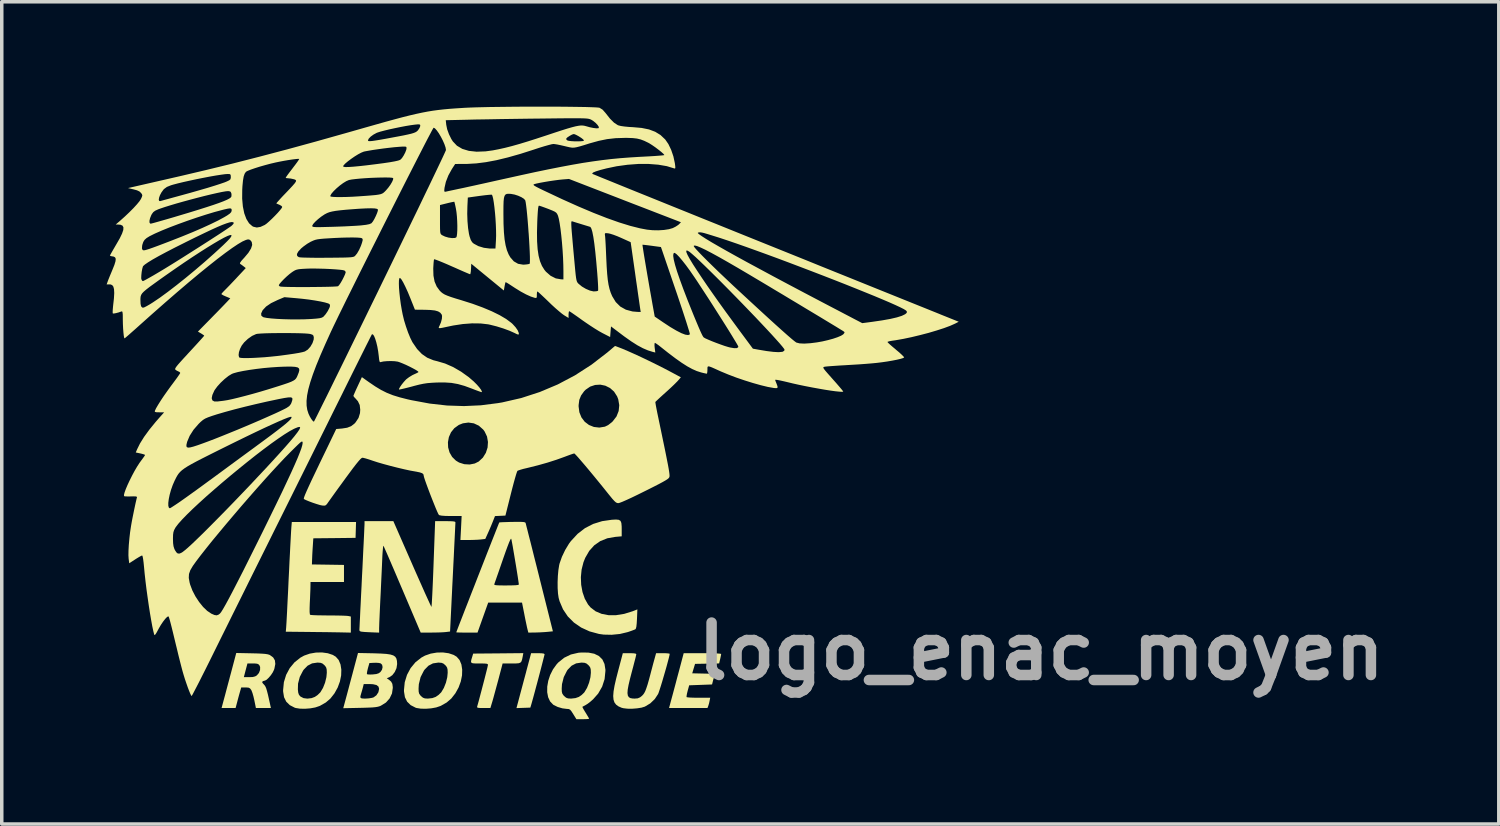
<source format=kicad_pcb>
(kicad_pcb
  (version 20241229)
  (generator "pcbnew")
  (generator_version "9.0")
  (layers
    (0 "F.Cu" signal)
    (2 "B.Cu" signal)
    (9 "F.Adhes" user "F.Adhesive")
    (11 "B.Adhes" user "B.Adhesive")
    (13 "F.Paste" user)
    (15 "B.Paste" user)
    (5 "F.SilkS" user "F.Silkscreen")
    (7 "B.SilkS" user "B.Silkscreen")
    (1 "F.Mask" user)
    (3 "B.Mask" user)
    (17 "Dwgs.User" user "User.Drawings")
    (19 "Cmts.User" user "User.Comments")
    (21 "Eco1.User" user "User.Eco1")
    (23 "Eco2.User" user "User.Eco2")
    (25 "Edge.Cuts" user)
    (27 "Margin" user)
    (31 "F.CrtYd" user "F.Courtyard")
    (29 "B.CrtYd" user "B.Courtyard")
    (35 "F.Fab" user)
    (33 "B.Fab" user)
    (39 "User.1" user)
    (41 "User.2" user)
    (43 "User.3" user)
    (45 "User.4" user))
  (footprint "logo_enac_moyen"
    (layer "F.Cu")
    (at 10.22 7.957)
    (property "Reference" "logo_enac_moyen" (at 16.51 7.62 0) (layer "F.Fab") (effects (font (size 1.5 1.5) (thickness 0.3))))
    (attr board_only exclude_from_pos_files exclude_from_bom)
    (fp_poly (pts (xy 2.218 7.677) (xy 2.28 7.685) (xy 2.304 7.701) (xy 2.305 7.705) (xy 2.299 7.734) (xy 2.281 7.804) (xy 2.255 7.907) (xy 2.222 8.035) (xy 2.184 8.182) (xy 2.142 8.341) (xy 2.099 8.504) (xy 2.056 8.663) (xy 2.016 8.813) (xy 1.98 8.945) (xy 1.95 9.052) (xy 1.931 9.12) (xy 1.898 9.231) (xy 1.699 9.238) (xy 1.501 9.245) (xy 1.572 8.98) (xy 1.6 8.874) (xy 1.638 8.732) (xy 1.682 8.567) (xy 1.729 8.391) (xy 1.776 8.217) (xy 1.781 8.195) (xy 1.92 7.674) (xy 2.112 7.674)) (stroke (width 0) (type solid)) (fill yes) (layer "F.SilkS"))
    (fp_poly (pts (xy 1.681 7.762) (xy 1.663 7.851) (xy 1.644 7.909) (xy 1.614 7.944) (xy 1.564 7.962) (xy 1.483 7.968) (xy 1.363 7.968) (xy 1.362 7.968) (xy 1.105 7.968) (xy 1.078 8.072) (xy 1.028 8.261) (xy 0.978 8.451) (xy 0.928 8.634) (xy 0.883 8.799) (xy 0.845 8.939) (xy 0.815 9.045) (xy 0.805 9.078) (xy 0.755 9.243) (xy 0.56 9.243) (xy 0.463 9.242) (xy 0.405 9.237) (xy 0.379 9.227) (xy 0.375 9.209) (xy 0.377 9.2) (xy 0.399 9.124) (xy 0.428 9.018) (xy 0.462 8.889) (xy 0.5 8.746) (xy 0.539 8.596) (xy 0.578 8.448) (xy 0.613 8.31) (xy 0.644 8.188) (xy 0.668 8.092) (xy 0.682 8.028) (xy 0.686 8.007) (xy 0.679 7.989) (xy 0.653 7.977) (xy 0.598 7.971) (xy 0.507 7.968) (xy 0.441 7.968) (xy 0.325 7.968) (xy 0.251 7.963) (xy 0.212 7.947) (xy 0.201 7.916) (xy 0.21 7.862) (xy 0.23 7.797) (xy 0.263 7.686) (xy 0.98 7.68) (xy 1.697 7.673)) (stroke (width 0) (type solid)) (fill yes) (layer "F.SilkS"))
    (fp_poly (pts (xy 6.987 7.675) (xy 7.13 7.678) (xy 7.243 7.682) (xy 7.319 7.688) (xy 7.354 7.695) (xy 7.355 7.697) (xy 7.35 7.732) (xy 7.337 7.797) (xy 7.327 7.843) (xy 7.298 7.967) (xy 6.954 7.974) (xy 6.609 7.98) (xy 6.568 8.115) (xy 6.528 8.25) (xy 6.843 8.257) (xy 6.977 8.26) (xy 7.067 8.265) (xy 7.123 8.276) (xy 7.149 8.298) (xy 7.153 8.335) (xy 7.141 8.392) (xy 7.126 8.446) (xy 7.095 8.569) (xy 6.768 8.581) (xy 6.441 8.593) (xy 6.397 8.752) (xy 6.377 8.835) (xy 6.366 8.899) (xy 6.366 8.93) (xy 6.393 8.937) (xy 6.46 8.943) (xy 6.558 8.947) (xy 6.676 8.949) (xy 6.71 8.949) (xy 7.042 8.949) (xy 7.025 9.037) (xy 7.008 9.115) (xy 6.987 9.182) (xy 6.986 9.184) (xy 6.964 9.243) (xy 6.415 9.243) (xy 5.865 9.243) (xy 5.936 8.979) (xy 5.965 8.873) (xy 6.003 8.731) (xy 6.047 8.567) (xy 6.093 8.391) (xy 6.14 8.217) (xy 6.146 8.195) (xy 6.284 7.674) (xy 6.82 7.674)) (stroke (width 0) (type solid)) (fill yes) (layer "F.SilkS"))
    (fp_poly (pts (xy 4.428 3.86) (xy 4.477 3.891) (xy 4.501 3.95) (xy 4.51 4.047) (xy 4.511 4.129) (xy 4.511 4.332) (xy 4.33 4.348) (xy 4.1 4.388) (xy 3.898 4.469) (xy 3.726 4.589) (xy 3.583 4.748) (xy 3.468 4.947) (xy 3.417 5.075) (xy 3.364 5.283) (xy 3.343 5.501) (xy 3.352 5.719) (xy 3.39 5.927) (xy 3.456 6.118) (xy 3.548 6.281) (xy 3.621 6.367) (xy 3.765 6.477) (xy 3.938 6.55) (xy 4.134 6.587) (xy 4.351 6.587) (xy 4.582 6.55) (xy 4.824 6.475) (xy 4.839 6.469) (xy 4.959 6.422) (xy 4.948 6.694) (xy 4.94 6.827) (xy 4.93 6.917) (xy 4.916 6.97) (xy 4.902 6.99) (xy 4.863 7.007) (xy 4.791 7.034) (xy 4.699 7.066) (xy 4.672 7.074) (xy 4.458 7.125) (xy 4.225 7.148) (xy 3.997 7.143) (xy 3.861 7.124) (xy 3.592 7.051) (xy 3.352 6.941) (xy 3.144 6.798) (xy 2.97 6.624) (xy 2.833 6.421) (xy 2.735 6.192) (xy 2.707 6.09) (xy 2.689 5.969) (xy 2.679 5.815) (xy 2.678 5.643) (xy 2.685 5.466) (xy 2.7 5.3) (xy 2.722 5.16) (xy 2.733 5.112) (xy 2.801 4.918) (xy 2.895 4.721) (xy 3.004 4.541) (xy 3.059 4.467) (xy 3.251 4.26) (xy 3.461 4.098) (xy 3.694 3.978) (xy 3.952 3.898) (xy 4.23 3.858) (xy 4.349 3.852)) (stroke (width 0) (type solid)) (fill yes) (layer "F.SilkS"))
    (fp_poly (pts (xy -3.895 7.676) (xy -3.751 7.724) (xy -3.666 7.776) (xy -3.584 7.87) (xy -3.531 7.996) (xy -3.508 8.145) (xy -3.513 8.31) (xy -3.548 8.483) (xy -3.611 8.655) (xy -3.702 8.82) (xy -3.704 8.823) (xy -3.819 8.97) (xy -3.951 9.084) (xy -4.114 9.177) (xy -4.134 9.186) (xy -4.252 9.226) (xy -4.395 9.252) (xy -4.548 9.264) (xy -4.692 9.261) (xy -4.812 9.242) (xy -4.841 9.233) (xy -4.982 9.16) (xy -5.083 9.061) (xy -5.146 8.934) (xy -5.172 8.774) (xy -5.173 8.727) (xy -5.171 8.711) (xy -4.751 8.711) (xy -4.741 8.801) (xy -4.722 8.859) (xy -4.688 8.903) (xy -4.673 8.916) (xy -4.588 8.96) (xy -4.479 8.974) (xy -4.36 8.96) (xy -4.266 8.925) (xy -4.187 8.871) (xy -4.116 8.802) (xy -4.105 8.789) (xy -4.032 8.667) (xy -3.973 8.518) (xy -3.935 8.361) (xy -3.923 8.235) (xy -3.926 8.147) (xy -3.939 8.09) (xy -3.967 8.044) (xy -3.994 8.015) (xy -4.046 7.971) (xy -4.1 7.95) (xy -4.177 7.944) (xy -4.197 7.944) (xy -4.345 7.966) (xy -4.472 8.032) (xy -4.581 8.143) (xy -4.603 8.174) (xy -4.696 8.353) (xy -4.746 8.544) (xy -4.751 8.711) (xy -5.171 8.711) (xy -5.151 8.504) (xy -5.086 8.293) (xy -4.983 8.101) (xy -4.846 7.935) (xy -4.678 7.802) (xy -4.571 7.743) (xy -4.41 7.687) (xy -4.236 7.657) (xy -4.061 7.653)) (stroke (width 0) (type solid)) (fill yes) (layer "F.SilkS"))
    (fp_poly (pts (xy -3.094 4.15) (xy -3.101 4.376) (xy -3.705 4.383) (xy -4.309 4.389) (xy -4.324 4.616) (xy -4.332 4.739) (xy -4.339 4.863) (xy -4.343 4.968) (xy -4.344 4.989) (xy -4.349 5.136) (xy -3.891 5.143) (xy -3.432 5.15) (xy -3.432 5.394) (xy -3.432 5.639) (xy -3.911 5.639) (xy -4.389 5.639) (xy -4.391 5.78) (xy -4.393 5.86) (xy -4.398 5.974) (xy -4.403 6.107) (xy -4.41 6.24) (xy -4.415 6.39) (xy -4.415 6.497) (xy -4.408 6.561) (xy -4.401 6.576) (xy -4.37 6.582) (xy -4.298 6.587) (xy -4.192 6.591) (xy -4.061 6.593) (xy -3.912 6.595) (xy -3.883 6.595) (xy -3.727 6.596) (xy -3.584 6.598) (xy -3.461 6.601) (xy -3.369 6.605) (xy -3.316 6.61) (xy -3.313 6.61) (xy -3.236 6.626) (xy -3.236 6.856) (xy -3.236 7.086) (xy -3.5 7.08) (xy -3.598 7.078) (xy -3.735 7.076) (xy -3.901 7.073) (xy -4.085 7.071) (xy -4.278 7.069) (xy -4.43 7.067) (xy -5.096 7.06) (xy -5.085 6.932) (xy -5.082 6.883) (xy -5.076 6.79) (xy -5.069 6.658) (xy -5.06 6.493) (xy -5.051 6.3) (xy -5.04 6.084) (xy -5.028 5.85) (xy -5.017 5.603) (xy -5.014 5.541) (xy -5.001 5.29) (xy -4.99 5.049) (xy -4.978 4.823) (xy -4.968 4.617) (xy -4.958 4.438) (xy -4.95 4.289) (xy -4.944 4.178) (xy -4.939 4.109) (xy -4.939 4.101) (xy -4.924 3.923) (xy -4.006 3.923) (xy -3.087 3.923)) (stroke (width 0) (type solid)) (fill yes) (layer "F.SilkS"))
    (fp_poly (pts (xy -0.438 7.676) (xy -0.294 7.724) (xy -0.209 7.776) (xy -0.127 7.87) (xy -0.074 7.996) (xy -0.051 8.145) (xy -0.056 8.31) (xy -0.091 8.483) (xy -0.154 8.655) (xy -0.245 8.82) (xy -0.247 8.823) (xy -0.362 8.97) (xy -0.494 9.084) (xy -0.657 9.177) (xy -0.677 9.186) (xy -0.795 9.226) (xy -0.938 9.252) (xy -1.091 9.264) (xy -1.235 9.261) (xy -1.355 9.242) (xy -1.384 9.233) (xy -1.525 9.16) (xy -1.626 9.061) (xy -1.689 8.934) (xy -1.715 8.774) (xy -1.716 8.727) (xy -1.712 8.685) (xy -1.299 8.685) (xy -1.296 8.772) (xy -1.283 8.83) (xy -1.252 8.876) (xy -1.228 8.902) (xy -1.174 8.947) (xy -1.118 8.968) (xy -1.036 8.973) (xy -1.031 8.973) (xy -0.906 8.959) (xy -0.81 8.925) (xy -0.731 8.871) (xy -0.659 8.802) (xy -0.648 8.789) (xy -0.575 8.667) (xy -0.516 8.518) (xy -0.478 8.361) (xy -0.466 8.235) (xy -0.469 8.147) (xy -0.482 8.09) (xy -0.51 8.044) (xy -0.537 8.015) (xy -0.589 7.971) (xy -0.643 7.95) (xy -0.72 7.944) (xy -0.74 7.944) (xy -0.888 7.966) (xy -1.015 8.032) (xy -1.124 8.143) (xy -1.146 8.173) (xy -1.241 8.358) (xy -1.291 8.56) (xy -1.299 8.685) (xy -1.712 8.685) (xy -1.694 8.504) (xy -1.629 8.293) (xy -1.526 8.101) (xy -1.389 7.935) (xy -1.221 7.802) (xy -1.114 7.743) (xy -0.953 7.687) (xy -0.779 7.657) (xy -0.604 7.653)) (stroke (width 0) (type solid)) (fill yes) (layer "F.SilkS"))
    (fp_poly (pts (xy 4.841 7.677) (xy 4.904 7.685) (xy 4.927 7.701) (xy 4.928 7.705) (xy 4.922 7.737) (xy 4.905 7.809) (xy 4.878 7.912) (xy 4.845 8.04) (xy 4.807 8.183) (xy 4.802 8.201) (xy 4.747 8.413) (xy 4.707 8.583) (xy 4.683 8.715) (xy 4.676 8.814) (xy 4.686 8.885) (xy 4.714 8.932) (xy 4.759 8.959) (xy 4.824 8.971) (xy 4.883 8.973) (xy 4.969 8.966) (xy 5.036 8.937) (xy 5.085 8.899) (xy 5.122 8.862) (xy 5.155 8.816) (xy 5.186 8.756) (xy 5.217 8.674) (xy 5.253 8.564) (xy 5.294 8.42) (xy 5.343 8.235) (xy 5.345 8.226) (xy 5.379 8.098) (xy 5.412 7.973) (xy 5.441 7.868) (xy 5.459 7.803) (xy 5.495 7.674) (xy 5.69 7.674) (xy 5.78 7.676) (xy 5.848 7.682) (xy 5.882 7.69) (xy 5.884 7.692) (xy 5.877 7.734) (xy 5.858 7.814) (xy 5.829 7.923) (xy 5.794 8.054) (xy 5.753 8.198) (xy 5.71 8.345) (xy 5.668 8.489) (xy 5.628 8.619) (xy 5.593 8.728) (xy 5.566 8.807) (xy 5.552 8.842) (xy 5.457 8.986) (xy 5.328 9.11) (xy 5.176 9.201) (xy 5.176 9.202) (xy 5.078 9.232) (xy 4.951 9.252) (xy 4.811 9.263) (xy 4.675 9.262) (xy 4.559 9.248) (xy 4.505 9.234) (xy 4.418 9.195) (xy 4.351 9.146) (xy 4.304 9.084) (xy 4.277 9.004) (xy 4.268 8.9) (xy 4.278 8.768) (xy 4.306 8.604) (xy 4.352 8.402) (xy 4.405 8.196) (xy 4.543 7.674) (xy 4.736 7.674)) (stroke (width 0) (type solid)) (fill yes) (layer "F.SilkS"))
    (fp_poly (pts (xy -6.07 7.678) (xy -5.903 7.682) (xy -5.777 7.688) (xy -5.685 7.695) (xy -5.62 7.705) (xy -5.573 7.718) (xy -5.549 7.729) (xy -5.458 7.796) (xy -5.408 7.879) (xy -5.396 7.983) (xy -5.422 8.115) (xy -5.434 8.151) (xy -5.469 8.224) (xy -5.522 8.303) (xy -5.584 8.376) (xy -5.643 8.432) (xy -5.691 8.458) (xy -5.697 8.459) (xy -5.742 8.471) (xy -5.758 8.48) (xy -5.773 8.502) (xy -5.754 8.536) (xy -5.729 8.563) (xy -5.7 8.595) (xy -5.677 8.632) (xy -5.655 8.684) (xy -5.633 8.759) (xy -5.606 8.864) (xy -5.574 9.007) (xy -5.569 9.029) (xy -5.522 9.243) (xy -5.736 9.243) (xy -5.951 9.243) (xy -5.996 9.021) (xy -6.021 8.913) (xy -6.049 8.815) (xy -6.076 8.744) (xy -6.085 8.726) (xy -6.118 8.683) (xy -6.157 8.661) (xy -6.222 8.655) (xy -6.25 8.655) (xy -6.371 8.655) (xy -6.408 8.783) (xy -6.435 8.878) (xy -6.466 8.993) (xy -6.488 9.078) (xy -6.532 9.243) (xy -6.732 9.243) (xy -6.933 9.243) (xy -6.862 8.979) (xy -6.833 8.873) (xy -6.796 8.732) (xy -6.752 8.567) (xy -6.705 8.392) (xy -6.697 8.36) (xy -6.296 8.36) (xy -6.143 8.36) (xy -6.041 8.356) (xy -5.972 8.338) (xy -5.925 8.31) (xy -5.865 8.241) (xy -5.832 8.155) (xy -5.83 8.071) (xy -5.849 8.024) (xy -5.876 7.993) (xy -5.914 7.976) (xy -5.978 7.969) (xy -6.039 7.968) (xy -6.193 7.968) (xy -6.245 8.164) (xy -6.296 8.36) (xy -6.697 8.36) (xy -6.658 8.217) (xy -6.652 8.193) (xy -6.513 7.669)) (stroke (width 0) (type solid)) (fill yes) (layer "F.SilkS"))
    (fp_poly (pts (xy -2.576 7.678) (xy -2.377 7.685) (xy -2.222 7.695) (xy -2.106 7.712) (xy -2.022 7.738) (xy -1.966 7.776) (xy -1.933 7.828) (xy -1.917 7.896) (xy -1.912 7.984) (xy -1.912 7.986) (xy -1.93 8.102) (xy -1.979 8.212) (xy -2.049 8.303) (xy -2.13 8.359) (xy -2.208 8.392) (xy -2.152 8.43) (xy -2.084 8.487) (xy -2.049 8.551) (xy -2.037 8.64) (xy -2.036 8.667) (xy -2.059 8.826) (xy -2.126 8.967) (xy -2.232 9.086) (xy -2.375 9.175) (xy -2.378 9.177) (xy -2.423 9.195) (xy -2.473 9.208) (xy -2.536 9.218) (xy -2.62 9.226) (xy -2.734 9.231) (xy -2.885 9.236) (xy -2.971 9.238) (xy -3.453 9.248) (xy -3.381 8.982) (xy -3.361 8.908) (xy -2.963 8.908) (xy -2.96 8.949) (xy -2.925 8.968) (xy -2.852 8.973) (xy -2.819 8.973) (xy -2.722 8.967) (xy -2.632 8.952) (xy -2.587 8.939) (xy -2.506 8.88) (xy -2.448 8.792) (xy -2.427 8.694) (xy -2.446 8.629) (xy -2.503 8.585) (xy -2.602 8.562) (xy -2.701 8.557) (xy -2.867 8.557) (xy -2.893 8.661) (xy -2.916 8.745) (xy -2.939 8.822) (xy -2.943 8.836) (xy -2.963 8.908) (xy -3.361 8.908) (xy -3.352 8.875) (xy -3.314 8.733) (xy -3.27 8.567) (xy -3.223 8.391) (xy -3.185 8.249) (xy -2.777 8.249) (xy -2.774 8.275) (xy -2.743 8.282) (xy -2.678 8.285) (xy -2.606 8.282) (xy -2.507 8.271) (xy -2.44 8.249) (xy -2.391 8.214) (xy -2.345 8.148) (xy -2.328 8.073) (xy -2.341 8.007) (xy -2.379 7.968) (xy -2.431 7.954) (xy -2.51 7.948) (xy -2.567 7.949) (xy -2.705 7.956) (xy -2.748 8.107) (xy -2.767 8.188) (xy -2.777 8.249) (xy -3.185 8.249) (xy -3.177 8.217) (xy -3.17 8.192) (xy -3.031 7.669)) (stroke (width 0) (type solid)) (fill yes) (layer "F.SilkS"))
    (fp_poly (pts (xy 3.555 7.657) (xy 3.726 7.69) (xy 3.86 7.756) (xy 3.958 7.853) (xy 4.019 7.983) (xy 4.045 8.145) (xy 4.045 8.183) (xy 4.022 8.415) (xy 3.952 8.631) (xy 3.838 8.829) (xy 3.695 8.991) (xy 3.617 9.06) (xy 3.539 9.12) (xy 3.48 9.157) (xy 3.424 9.187) (xy 3.39 9.206) (xy 3.387 9.208) (xy 3.394 9.231) (xy 3.423 9.285) (xy 3.467 9.358) (xy 3.479 9.376) (xy 3.526 9.454) (xy 3.562 9.514) (xy 3.579 9.547) (xy 3.58 9.549) (xy 3.557 9.555) (xy 3.498 9.56) (xy 3.413 9.562) (xy 3.397 9.562) (xy 3.215 9.562) (xy 3.124 9.415) (xy 3.074 9.337) (xy 3.037 9.293) (xy 3.001 9.273) (xy 2.955 9.268) (xy 2.942 9.268) (xy 2.815 9.252) (xy 2.68 9.212) (xy 2.564 9.155) (xy 2.549 9.144) (xy 2.463 9.054) (xy 2.407 8.934) (xy 2.38 8.791) (xy 2.381 8.685) (xy 2.795 8.685) (xy 2.798 8.772) (xy 2.812 8.83) (xy 2.842 8.876) (xy 2.867 8.902) (xy 2.92 8.947) (xy 2.977 8.968) (xy 3.058 8.973) (xy 3.064 8.973) (xy 3.188 8.959) (xy 3.285 8.925) (xy 3.364 8.871) (xy 3.436 8.802) (xy 3.446 8.789) (xy 3.519 8.667) (xy 3.578 8.518) (xy 3.617 8.361) (xy 3.629 8.235) (xy 3.626 8.147) (xy 3.613 8.09) (xy 3.584 8.044) (xy 3.557 8.015) (xy 3.505 7.971) (xy 3.452 7.95) (xy 3.375 7.944) (xy 3.355 7.944) (xy 3.207 7.966) (xy 3.079 8.032) (xy 2.97 8.143) (xy 2.948 8.173) (xy 2.854 8.358) (xy 2.803 8.56) (xy 2.795 8.685) (xy 2.381 8.685) (xy 2.381 8.632) (xy 2.41 8.465) (xy 2.465 8.298) (xy 2.545 8.138) (xy 2.65 7.992) (xy 2.699 7.939) (xy 2.867 7.804) (xy 3.057 7.712) (xy 3.272 7.662) (xy 3.346 7.656)) (stroke (width 0) (type solid)) (fill yes) (layer "F.SilkS"))
    (fp_poly (pts (xy 1.632 3.919) (xy 1.7 3.923) (xy 1.74 3.931) (xy 1.759 3.943) (xy 1.762 3.949) (xy 1.77 3.978) (xy 1.788 4.051) (xy 1.817 4.163) (xy 1.854 4.311) (xy 1.9 4.489) (xy 1.952 4.695) (xy 2.009 4.924) (xy 2.072 5.172) (xy 2.138 5.435) (xy 2.158 5.516) (xy 2.543 7.049) (xy 2.393 7.064) (xy 2.292 7.072) (xy 2.167 7.079) (xy 2.047 7.083) (xy 2.042 7.083) (xy 1.841 7.086) (xy 1.817 6.994) (xy 1.803 6.936) (xy 1.783 6.841) (xy 1.758 6.723) (xy 1.732 6.593) (xy 1.727 6.565) (xy 1.66 6.227) (xy 1.177 6.227) (xy 0.693 6.227) (xy 0.54 6.656) (xy 0.387 7.086) (xy 0.083 7.086) (xy -0.032 7.085) (xy -0.128 7.083) (xy -0.194 7.081) (xy -0.22 7.078) (xy -0.221 7.078) (xy -0.212 7.054) (xy -0.187 6.989) (xy -0.148 6.887) (xy -0.096 6.754) (xy -0.033 6.592) (xy 0.038 6.408) (xy 0.118 6.205) (xy 0.202 5.988) (xy 0.291 5.762) (xy 0.314 5.703) (xy 0.866 5.703) (xy 0.868 5.716) (xy 0.891 5.726) (xy 0.941 5.732) (xy 1.024 5.736) (xy 1.147 5.737) (xy 1.211 5.737) (xy 1.363 5.735) (xy 1.475 5.731) (xy 1.545 5.723) (xy 1.569 5.712) (xy 1.569 5.712) (xy 1.565 5.674) (xy 1.554 5.597) (xy 1.538 5.488) (xy 1.517 5.356) (xy 1.493 5.207) (xy 1.467 5.052) (xy 1.441 4.896) (xy 1.416 4.749) (xy 1.394 4.618) (xy 1.374 4.512) (xy 1.36 4.437) (xy 1.352 4.404) (xy 1.352 4.403) (xy 1.341 4.403) (xy 1.321 4.437) (xy 1.29 4.507) (xy 1.248 4.615) (xy 1.193 4.765) (xy 1.125 4.958) (xy 1.106 5.013) (xy 1.047 5.184) (xy 0.993 5.34) (xy 0.945 5.477) (xy 0.907 5.586) (xy 0.88 5.663) (xy 0.867 5.701) (xy 0.866 5.703) (xy 0.314 5.703) (xy 0.381 5.53) (xy 0.472 5.298) (xy 0.561 5.071) (xy 0.647 4.851) (xy 0.728 4.645) (xy 0.802 4.457) (xy 0.868 4.291) (xy 0.923 4.151) (xy 0.966 4.042) (xy 0.995 3.969) (xy 1.009 3.937) (xy 1.009 3.935) (xy 1.035 3.932) (xy 1.102 3.928) (xy 1.2 3.925) (xy 1.32 3.921) (xy 1.384 3.92) (xy 1.529 3.918)) (stroke (width 0) (type solid)) (fill yes) (layer "F.SilkS"))
    (fp_poly (pts (xy -1.483 5.124) (xy -1.382 5.354) (xy -1.286 5.57) (xy -1.198 5.768) (xy -1.12 5.944) (xy -1.052 6.093) (xy -0.998 6.212) (xy -0.958 6.297) (xy -0.935 6.343) (xy -0.93 6.35) (xy -0.927 6.326) (xy -0.921 6.258) (xy -0.915 6.15) (xy -0.907 6.007) (xy -0.899 5.834) (xy -0.89 5.635) (xy -0.881 5.414) (xy -0.872 5.178) (xy -0.87 5.124) (xy -0.825 3.898) (xy -0.535 3.898) (xy -0.408 3.899) (xy -0.323 3.903) (xy -0.272 3.91) (xy -0.249 3.922) (xy -0.245 3.933) (xy -0.246 3.966) (xy -0.25 4.041) (xy -0.255 4.152) (xy -0.262 4.293) (xy -0.27 4.458) (xy -0.279 4.639) (xy -0.282 4.699) (xy -0.292 4.916) (xy -0.304 5.146) (xy -0.315 5.376) (xy -0.326 5.593) (xy -0.336 5.786) (xy -0.342 5.921) (xy -0.351 6.099) (xy -0.36 6.287) (xy -0.369 6.469) (xy -0.377 6.63) (xy -0.382 6.733) (xy -0.398 7.055) (xy -0.524 7.07) (xy -0.6 7.076) (xy -0.709 7.081) (xy -0.836 7.084) (xy -0.944 7.085) (xy -1.238 7.085) (xy -1.762 5.853) (xy -1.861 5.622) (xy -1.954 5.403) (xy -2.04 5.203) (xy -2.117 5.024) (xy -2.183 4.871) (xy -2.237 4.749) (xy -2.276 4.66) (xy -2.299 4.611) (xy -2.304 4.602) (xy -2.311 4.618) (xy -2.318 4.676) (xy -2.326 4.769) (xy -2.334 4.888) (xy -2.339 5.006) (xy -2.345 5.149) (xy -2.353 5.328) (xy -2.363 5.533) (xy -2.373 5.75) (xy -2.383 5.968) (xy -2.392 6.142) (xy -2.401 6.33) (xy -2.409 6.507) (xy -2.416 6.667) (xy -2.422 6.802) (xy -2.425 6.903) (xy -2.427 6.964) (xy -2.427 6.969) (xy -2.427 7.086) (xy -2.568 7.081) (xy -2.681 7.076) (xy -2.802 7.07) (xy -2.85 7.067) (xy -2.932 7.059) (xy -2.976 7.046) (xy -2.99 7.024) (xy -2.991 7.017) (xy -2.99 6.985) (xy -2.986 6.909) (xy -2.981 6.793) (xy -2.973 6.641) (xy -2.965 6.458) (xy -2.954 6.247) (xy -2.943 6.014) (xy -2.93 5.763) (xy -2.918 5.504) (xy -2.904 5.238) (xy -2.892 4.986) (xy -2.881 4.751) (xy -2.87 4.538) (xy -2.861 4.352) (xy -2.854 4.198) (xy -2.849 4.078) (xy -2.845 3.999) (xy -2.844 3.966) (xy -2.844 3.898) (xy -2.432 3.898) (xy -2.02 3.898)) (stroke (width 0) (type solid)) (fill yes) (layer "F.SilkS"))
    (fp_poly (pts (xy 4.409 -1.08) (xy 4.53 -1.033) (xy 4.687 -0.966) (xy 4.871 -0.884) (xy 5.075 -0.79) (xy 5.29 -0.687) (xy 5.508 -0.58) (xy 5.722 -0.472) (xy 5.923 -0.366) (xy 5.976 -0.338) (xy 6.203 -0.216) (xy 6.123 -0.123) (xy 6.076 -0.074) (xy 6.002 -0.000146) (xy 5.908 0.089) (xy 5.804 0.184) (xy 5.762 0.222) (xy 5.664 0.31) (xy 5.58 0.387) (xy 5.517 0.446) (xy 5.48 0.482) (xy 5.473 0.49) (xy 5.476 0.517) (xy 5.487 0.585) (xy 5.506 0.686) (xy 5.531 0.812) (xy 5.561 0.955) (xy 5.564 0.97) (xy 5.631 1.29) (xy 5.688 1.566) (xy 5.737 1.801) (xy 5.777 1.998) (xy 5.809 2.161) (xy 5.835 2.293) (xy 5.854 2.398) (xy 5.867 2.479) (xy 5.875 2.539) (xy 5.879 2.582) (xy 5.879 2.612) (xy 5.876 2.63) (xy 5.867 2.651) (xy 5.848 2.674) (xy 5.814 2.701) (xy 5.76 2.735) (xy 5.683 2.779) (xy 5.577 2.836) (xy 5.438 2.907) (xy 5.262 2.996) (xy 5.173 3.04) (xy 4.969 3.141) (xy 4.791 3.227) (xy 4.643 3.295) (xy 4.528 3.345) (xy 4.449 3.375) (xy 4.414 3.383) (xy 4.38 3.379) (xy 4.345 3.361) (xy 4.303 3.324) (xy 4.246 3.262) (xy 4.169 3.168) (xy 4.138 3.13) (xy 3.989 2.944) (xy 3.842 2.763) (xy 3.701 2.591) (xy 3.569 2.432) (xy 3.449 2.289) (xy 3.345 2.168) (xy 3.261 2.071) (xy 3.198 2.002) (xy 3.161 1.966) (xy 3.154 1.962) (xy 3.121 1.97) (xy 3.053 1.993) (xy 2.96 2.027) (xy 2.875 2.059) (xy 2.647 2.141) (xy 2.388 2.224) (xy 2.115 2.301) (xy 1.847 2.368) (xy 1.802 2.379) (xy 1.696 2.404) (xy 1.607 2.43) (xy 1.547 2.451) (xy 1.528 2.461) (xy 1.515 2.491) (xy 1.491 2.563) (xy 1.46 2.669) (xy 1.423 2.802) (xy 1.382 2.957) (xy 1.342 3.114) (xy 1.185 3.739) (xy 1.036 3.746) (xy 0.887 3.753) (xy 0.822 3.918) (xy 0.775 4.032) (xy 0.721 4.159) (xy 0.683 4.244) (xy 0.609 4.407) (xy 0.482 4.422) (xy 0.398 4.429) (xy 0.285 4.434) (xy 0.164 4.437) (xy 0.127 4.437) (xy -0.102 4.438) (xy -0.084 4.094) (xy -0.067 3.751) (xy -0.372 3.751) (xy -0.528 3.749) (xy -0.638 3.741) (xy -0.702 3.728) (xy -0.716 3.721) (xy -0.735 3.691) (xy -0.767 3.622) (xy -0.809 3.524) (xy -0.858 3.403) (xy -0.912 3.268) (xy -0.967 3.127) (xy -1.02 2.987) (xy -1.068 2.857) (xy -1.108 2.745) (xy -1.137 2.658) (xy -1.151 2.604) (xy -1.152 2.595) (xy -1.162 2.556) (xy -1.196 2.527) (xy -1.262 2.504) (xy -1.367 2.482) (xy -1.397 2.477) (xy -1.538 2.452) (xy -1.712 2.414) (xy -1.906 2.368) (xy -2.106 2.317) (xy -2.299 2.265) (xy -2.471 2.215) (xy -2.61 2.17) (xy -2.61 2.17) (xy -2.716 2.134) (xy -2.81 2.105) (xy -2.879 2.088) (xy -2.905 2.084) (xy -2.928 2.094) (xy -2.964 2.125) (xy -3.014 2.181) (xy -3.083 2.265) (xy -3.172 2.38) (xy -3.284 2.531) (xy -3.375 2.654) (xy -3.486 2.807) (xy -3.593 2.953) (xy -3.689 3.086) (xy -3.77 3.199) (xy -3.832 3.286) (xy -3.871 3.34) (xy -3.873 3.343) (xy -3.92 3.41) (xy -3.955 3.444) (xy -3.994 3.455) (xy -4.051 3.451) (xy -4.055 3.451) (xy -4.12 3.437) (xy -4.215 3.408) (xy -4.324 3.372) (xy -4.431 3.332) (xy -4.521 3.295) (xy -4.579 3.265) (xy -4.581 3.248) (xy -4.569 3.205) (xy -4.542 3.134) (xy -4.498 3.032) (xy -4.437 2.898) (xy -4.358 2.727) (xy -4.258 2.518) (xy -4.138 2.267) (xy -4.132 2.254) (xy -3.836 1.641) (xy -0.459 1.641) (xy -0.453 1.79) (xy -0.413 1.932) (xy -0.339 2.061) (xy -0.231 2.167) (xy -0.14 2.222) (xy 0.009 2.269) (xy 0.163 2.278) (xy 0.309 2.249) (xy 0.421 2.193) (xy 0.541 2.081) (xy 0.626 1.944) (xy 0.675 1.792) (xy 0.686 1.634) (xy 0.659 1.478) (xy 0.591 1.335) (xy 0.549 1.278) (xy 0.425 1.168) (xy 0.282 1.101) (xy 0.127 1.078) (xy -0.031 1.1) (xy -0.147 1.146) (xy -0.276 1.239) (xy -0.371 1.357) (xy -0.432 1.494) (xy -0.459 1.641) (xy -3.836 1.641) (xy -3.654 1.263) (xy -3.488 1.249) (xy -3.341 1.226) (xy -3.228 1.182) (xy -3.136 1.112) (xy -3.101 1.074) (xy -3.016 0.946) (xy -2.974 0.809) (xy -2.967 0.711) (xy -2.978 0.615) (xy 3.278 0.615) (xy 3.3 0.784) (xy 3.36 0.932) (xy 3.453 1.055) (xy 3.574 1.147) (xy 3.715 1.204) (xy 3.871 1.222) (xy 4.03 1.196) (xy 4.123 1.151) (xy 4.226 1.071) (xy 4.255 1.043) (xy 4.362 0.904) (xy 4.424 0.748) (xy 4.441 0.582) (xy 4.412 0.413) (xy 4.38 0.33) (xy 4.292 0.193) (xy 4.177 0.091) (xy 4.043 0.024) (xy 3.899 -0.006) (xy 3.751 0.003) (xy 3.609 0.05) (xy 3.481 0.138) (xy 3.435 0.184) (xy 3.349 0.304) (xy 3.298 0.429) (xy 3.279 0.576) (xy 3.278 0.615) (xy -2.978 0.615) (xy -2.982 0.577) (xy -3.034 0.468) (xy -3.099 0.394) (xy -3.141 0.35) (xy -3.162 0.319) (xy -3.163 0.317) (xy -3.153 0.289) (xy -3.126 0.226) (xy -3.087 0.138) (xy -3.041 0.039) (xy -2.92 -0.221) (xy -2.716 -0.076) (xy -2.536 0.046) (xy -2.37 0.146) (xy -2.206 0.228) (xy -2.032 0.297) (xy -1.837 0.357) (xy -1.609 0.415) (xy -1.5 0.439) (xy -0.982 0.535) (xy -0.484 0.591) (xy 0.001 0.607) (xy 0.482 0.585) (xy 0.968 0.523) (xy 1.093 0.502) (xy 1.638 0.377) (xy 2.167 0.205) (xy 2.68 -0.011) (xy 3.174 -0.272) (xy 3.647 -0.577) (xy 4.097 -0.924) (xy 4.115 -0.939) (xy 4.319 -1.112)) (stroke (width 0) (type solid)) (fill yes) (layer "F.SilkS"))
    (fp_poly (pts (xy 2.328 -7.957) (xy 2.593 -7.956) (xy 2.846 -7.955) (xy 3.082 -7.952) (xy 3.297 -7.949) (xy 3.485 -7.946) (xy 3.641 -7.941) (xy 3.763 -7.936) (xy 3.843 -7.93) (xy 3.876 -7.925) (xy 3.965 -7.87) (xy 4.047 -7.777) (xy 4.175 -7.615) (xy 4.291 -7.499) (xy 4.397 -7.429) (xy 4.421 -7.42) (xy 4.489 -7.403) (xy 4.594 -7.388) (xy 4.721 -7.376) (xy 4.831 -7.37) (xy 5.081 -7.348) (xy 5.292 -7.305) (xy 5.469 -7.238) (xy 5.62 -7.146) (xy 5.749 -7.024) (xy 5.757 -7.016) (xy 5.846 -6.887) (xy 5.925 -6.722) (xy 5.989 -6.535) (xy 6.031 -6.34) (xy 6.039 -6.281) (xy 6.045 -6.216) (xy 6.038 -6.189) (xy 6.015 -6.189) (xy 6.011 -6.191) (xy 5.801 -6.255) (xy 5.556 -6.297) (xy 5.282 -6.318) (xy 4.987 -6.318) (xy 4.679 -6.295) (xy 4.366 -6.252) (xy 4.076 -6.191) (xy 3.902 -6.146) (xy 3.776 -6.107) (xy 3.697 -6.075) (xy 3.667 -6.048) (xy 3.678 -6.032) (xy 3.704 -6.021) (xy 3.773 -5.993) (xy 3.884 -5.947) (xy 4.033 -5.887) (xy 4.22 -5.811) (xy 4.441 -5.721) (xy 4.695 -5.618) (xy 4.979 -5.503) (xy 5.292 -5.377) (xy 5.631 -5.24) (xy 5.994 -5.093) (xy 6.379 -4.938) (xy 6.784 -4.774) (xy 7.207 -4.604) (xy 7.645 -4.427) (xy 8.096 -4.245) (xy 8.409 -4.119) (xy 8.876 -3.931) (xy 9.336 -3.746) (xy 9.785 -3.565) (xy 10.221 -3.388) (xy 10.643 -3.218) (xy 11.048 -3.055) (xy 11.432 -2.9) (xy 11.794 -2.754) (xy 12.132 -2.618) (xy 12.442 -2.493) (xy 12.723 -2.38) (xy 12.971 -2.28) (xy 13.185 -2.194) (xy 13.363 -2.122) (xy 13.5 -2.067) (xy 13.596 -2.028) (xy 13.627 -2.015) (xy 14.15 -1.805) (xy 14.043 -1.75) (xy 13.904 -1.688) (xy 13.726 -1.622) (xy 13.518 -1.555) (xy 13.289 -1.487) (xy 13.047 -1.424) (xy 12.803 -1.365) (xy 12.566 -1.315) (xy 12.344 -1.276) (xy 12.24 -1.261) (xy 12.169 -1.248) (xy 12.122 -1.234) (xy 12.112 -1.226) (xy 12.129 -1.204) (xy 12.178 -1.158) (xy 12.251 -1.094) (xy 12.341 -1.019) (xy 12.356 -1.005) (xy 12.447 -0.929) (xy 12.52 -0.862) (xy 12.57 -0.812) (xy 12.589 -0.786) (xy 12.589 -0.784) (xy 12.556 -0.765) (xy 12.483 -0.743) (xy 12.378 -0.718) (xy 12.249 -0.693) (xy 12.104 -0.668) (xy 11.951 -0.646) (xy 11.805 -0.628) (xy 11.671 -0.615) (xy 11.502 -0.601) (xy 11.313 -0.587) (xy 11.118 -0.575) (xy 10.932 -0.564) (xy 10.922 -0.563) (xy 10.761 -0.554) (xy 10.612 -0.544) (xy 10.484 -0.535) (xy 10.386 -0.527) (xy 10.325 -0.52) (xy 10.314 -0.518) (xy 10.29 -0.511) (xy 10.278 -0.501) (xy 10.279 -0.483) (xy 10.299 -0.45) (xy 10.339 -0.399) (xy 10.404 -0.324) (xy 10.497 -0.219) (xy 10.55 -0.159) (xy 10.646 -0.051) (xy 10.728 0.044) (xy 10.793 0.12) (xy 10.834 0.172) (xy 10.848 0.193) (xy 10.848 0.193) (xy 10.814 0.199) (xy 10.739 0.195) (xy 10.629 0.184) (xy 10.489 0.165) (xy 10.328 0.14) (xy 10.15 0.109) (xy 9.962 0.075) (xy 9.771 0.038) (xy 9.582 -0.001) (xy 9.403 -0.041) (xy 9.317 -0.062) (xy 9.157 -0.1) (xy 9.04 -0.126) (xy 8.961 -0.141) (xy 8.916 -0.146) (xy 8.9 -0.142) (xy 8.9 -0.141) (xy 8.908 -0.112) (xy 8.93 -0.057) (xy 8.937 -0.041) (xy 8.966 0.038) (xy 8.969 0.08) (xy 8.939 0.095) (xy 8.873 0.091) (xy 8.858 0.089) (xy 8.69 0.059) (xy 8.488 0.01) (xy 8.264 -0.053) (xy 8.027 -0.127) (xy 7.789 -0.208) (xy 7.56 -0.295) (xy 7.351 -0.382) (xy 7.319 -0.396) (xy 7.185 -0.457) (xy 7.09 -0.499) (xy 7.026 -0.523) (xy 6.988 -0.529) (xy 6.97 -0.518) (xy 6.963 -0.491) (xy 6.963 -0.449) (xy 6.963 -0.432) (xy 6.959 -0.365) (xy 6.95 -0.324) (xy 6.944 -0.319) (xy 6.911 -0.325) (xy 6.847 -0.339) (xy 6.78 -0.356) (xy 6.658 -0.395) (xy 6.529 -0.452) (xy 6.386 -0.53) (xy 6.226 -0.632) (xy 6.045 -0.76) (xy 5.838 -0.917) (xy 5.64 -1.074) (xy 5.565 -1.133) (xy 5.503 -1.177) (xy 5.465 -1.2) (xy 5.46 -1.201) (xy 5.45 -1.179) (xy 5.449 -1.12) (xy 5.454 -1.063) (xy 5.472 -0.925) (xy 5.402 -0.942) (xy 5.261 -0.986) (xy 5.116 -1.048) (xy 4.958 -1.133) (xy 4.782 -1.245) (xy 4.581 -1.387) (xy 4.491 -1.455) (xy 4.205 -1.671) (xy 4.192 -1.519) (xy 4.18 -1.368) (xy 3.96 -1.481) (xy 3.863 -1.535) (xy 3.739 -1.611) (xy 3.602 -1.7) (xy 3.462 -1.795) (xy 3.383 -1.85) (xy 3.268 -1.933) (xy 3.166 -2.004) (xy 3.085 -2.06) (xy 3.03 -2.096) (xy 3.01 -2.107) (xy 2.998 -2.086) (xy 2.992 -2.033) (xy 2.991 -2.011) (xy 2.991 -1.913) (xy 2.862 -1.992) (xy 2.801 -2.036) (xy 2.715 -2.107) (xy 2.611 -2.197) (xy 2.5 -2.299) (xy 2.425 -2.372) (xy 2.324 -2.469) (xy 2.235 -2.553) (xy 2.164 -2.619) (xy 2.117 -2.66) (xy 2.1 -2.672) (xy 2.09 -2.651) (xy 2.084 -2.596) (xy 2.084 -2.574) (xy 2.082 -2.511) (xy 2.069 -2.486) (xy 2.035 -2.487) (xy 2.017 -2.491) (xy 1.91 -2.526) (xy 1.775 -2.587) (xy 1.623 -2.669) (xy 1.463 -2.768) (xy 1.423 -2.794) (xy 1.332 -2.854) (xy 1.257 -2.902) (xy 1.206 -2.931) (xy 1.189 -2.937) (xy 1.18 -2.91) (xy 1.167 -2.851) (xy 1.16 -2.814) (xy 1.14 -2.699) (xy 0.674 -3.081) (xy 0.208 -3.464) (xy 0.201 -3.313) (xy 0.195 -3.235) (xy 0.185 -3.18) (xy 0.177 -3.163) (xy 0.15 -3.172) (xy 0.086 -3.199) (xy -0.01 -3.24) (xy -0.131 -3.293) (xy -0.27 -3.355) (xy -0.339 -3.385) (xy -0.484 -3.449) (xy -0.614 -3.504) (xy -0.722 -3.548) (xy -0.802 -3.578) (xy -0.847 -3.592) (xy -0.854 -3.592) (xy -0.862 -3.562) (xy -0.869 -3.494) (xy -0.875 -3.4) (xy -0.879 -3.326) (xy -0.873 -3.123) (xy -0.841 -2.954) (xy -0.78 -2.812) (xy -0.697 -2.698) (xy -0.654 -2.654) (xy -0.607 -2.617) (xy -0.55 -2.583) (xy -0.474 -2.55) (xy -0.373 -2.513) (xy -0.239 -2.47) (xy -0.066 -2.418) (xy -0.06 -2.416) (xy 0.249 -2.318) (xy 0.535 -2.213) (xy 0.793 -2.105) (xy 1.019 -1.994) (xy 1.207 -1.883) (xy 1.352 -1.775) (xy 1.388 -1.743) (xy 1.474 -1.649) (xy 1.536 -1.56) (xy 1.567 -1.485) (xy 1.569 -1.465) (xy 1.565 -1.442) (xy 1.545 -1.439) (xy 1.499 -1.457) (xy 1.453 -1.48) (xy 1.304 -1.547) (xy 1.125 -1.613) (xy 0.935 -1.672) (xy 0.753 -1.718) (xy 0.693 -1.731) (xy 0.477 -1.756) (xy 0.23 -1.759) (xy -0.035 -1.739) (xy -0.305 -1.698) (xy -0.392 -1.68) (xy -0.529 -1.651) (xy -0.624 -1.631) (xy -0.683 -1.622) (xy -0.714 -1.624) (xy -0.723 -1.637) (xy -0.715 -1.66) (xy -0.702 -1.686) (xy -0.658 -1.789) (xy -0.632 -1.889) (xy -0.627 -1.971) (xy -0.637 -2.01) (xy -0.678 -2.063) (xy -0.74 -2.101) (xy -0.83 -2.127) (xy -0.954 -2.141) (xy -1.112 -2.147) (xy -1.403 -2.15) (xy -1.529 -2.466) (xy -1.606 -2.653) (xy -1.677 -2.808) (xy -1.738 -2.93) (xy -1.788 -3.014) (xy -1.826 -3.056) (xy -1.833 -3.059) (xy -1.85 -3.043) (xy -1.86 -2.985) (xy -1.862 -2.893) (xy -1.858 -2.772) (xy -1.846 -2.63) (xy -1.829 -2.473) (xy -1.807 -2.309) (xy -1.779 -2.143) (xy -1.753 -2.01) (xy -1.713 -1.844) (xy -1.659 -1.669) (xy -1.599 -1.497) (xy -1.536 -1.344) (xy -1.476 -1.223) (xy -1.469 -1.212) (xy -1.341 -1.025) (xy -1.204 -0.882) (xy -1.052 -0.777) (xy -0.875 -0.704) (xy -0.757 -0.674) (xy -0.54 -0.61) (xy -0.31 -0.509) (xy -0.081 -0.376) (xy 0.138 -0.219) (xy 0.279 -0.097) (xy 0.366 -0.01) (xy 0.438 0.072) (xy 0.489 0.141) (xy 0.512 0.191) (xy 0.51 0.209) (xy 0.485 0.204) (xy 0.425 0.183) (xy 0.337 0.151) (xy 0.232 0.11) (xy 0.018 0.031) (xy -0.174 -0.023) (xy -0.359 -0.056) (xy -0.555 -0.069) (xy -0.779 -0.067) (xy -0.782 -0.067) (xy -0.927 -0.059) (xy -1.047 -0.049) (xy -1.159 -0.032) (xy -1.28 -0.007) (xy -1.425 0.03) (xy -1.482 0.046) (xy -1.609 0.079) (xy -1.718 0.106) (xy -1.801 0.125) (xy -1.851 0.134) (xy -1.86 0.134) (xy -1.855 0.108) (xy -1.825 0.055) (xy -1.779 -0.011) (xy -1.723 -0.081) (xy -1.666 -0.144) (xy -1.646 -0.163) (xy -1.569 -0.221) (xy -1.475 -0.278) (xy -1.429 -0.3) (xy -1.359 -0.332) (xy -1.312 -0.357) (xy -1.3 -0.368) (xy -1.321 -0.39) (xy -1.377 -0.427) (xy -1.459 -0.472) (xy -1.556 -0.522) (xy -1.66 -0.572) (xy -1.76 -0.615) (xy -1.847 -0.649) (xy -1.895 -0.664) (xy -1.98 -0.676) (xy -2.088 -0.681) (xy -2.202 -0.678) (xy -2.304 -0.669) (xy -2.377 -0.653) (xy -2.381 -0.651) (xy -2.402 -0.65) (xy -2.416 -0.672) (xy -2.427 -0.726) (xy -2.436 -0.814) (xy -2.454 -0.957) (xy -2.478 -1.094) (xy -2.508 -1.218) (xy -2.54 -1.322) (xy -2.573 -1.4) (xy -2.605 -1.443) (xy -2.632 -1.446) (xy -2.634 -1.444) (xy -2.647 -1.42) (xy -2.68 -1.356) (xy -2.73 -1.255) (xy -2.798 -1.121) (xy -2.88 -0.956) (xy -2.976 -0.764) (xy -3.083 -0.549) (xy -3.2 -0.314) (xy -3.325 -0.062) (xy -3.456 0.203) (xy -3.465 0.222) (xy -3.6 0.493) (xy -3.753 0.801) (xy -3.921 1.141) (xy -4.102 1.505) (xy -4.291 1.887) (xy -4.487 2.282) (xy -4.686 2.682) (xy -4.884 3.081) (xy -5.079 3.473) (xy -5.267 3.851) (xy -5.431 4.18) (xy -5.603 4.527) (xy -5.78 4.883) (xy -5.959 5.243) (xy -6.138 5.603) (xy -6.313 5.957) (xy -6.483 6.299) (xy -6.645 6.625) (xy -6.795 6.929) (xy -6.933 7.206) (xy -7.054 7.451) (xy -7.156 7.657) (xy -7.173 7.692) (xy -7.285 7.918) (xy -7.391 8.131) (xy -7.489 8.325) (xy -7.576 8.498) (xy -7.652 8.645) (xy -7.713 8.762) (xy -7.757 8.846) (xy -7.784 8.892) (xy -7.79 8.9) (xy -7.806 8.878) (xy -7.834 8.82) (xy -7.869 8.733) (xy -7.901 8.649) (xy -7.942 8.531) (xy -7.979 8.422) (xy -8.013 8.313) (xy -8.047 8.197) (xy -8.082 8.065) (xy -8.122 7.909) (xy -8.169 7.722) (xy -8.223 7.496) (xy -8.225 7.49) (xy -8.281 7.259) (xy -8.326 7.072) (xy -8.363 6.923) (xy -8.392 6.81) (xy -8.414 6.728) (xy -8.431 6.672) (xy -8.443 6.638) (xy -8.453 6.622) (xy -8.457 6.62) (xy -8.494 6.64) (xy -8.546 6.695) (xy -8.608 6.775) (xy -8.673 6.872) (xy -8.734 6.978) (xy -8.739 6.988) (xy -8.791 7.084) (xy -8.826 7.138) (xy -8.848 7.157) (xy -8.859 7.144) (xy -8.885 7.044) (xy -8.915 6.903) (xy -8.947 6.728) (xy -8.981 6.528) (xy -9.015 6.309) (xy -9.048 6.08) (xy -9.08 5.849) (xy -9.108 5.622) (xy -9.119 5.522) (xy -7.871 5.522) (xy -7.847 5.655) (xy -7.831 5.714) (xy -7.768 5.881) (xy -7.681 6.049) (xy -7.576 6.209) (xy -7.461 6.352) (xy -7.342 6.466) (xy -7.227 6.543) (xy -7.227 6.543) (xy -7.138 6.582) (xy -7.073 6.592) (xy -7.019 6.572) (xy -6.978 6.54) (xy -6.944 6.497) (xy -6.89 6.41) (xy -6.815 6.279) (xy -6.72 6.104) (xy -6.605 5.885) (xy -6.47 5.623) (xy -6.313 5.316) (xy -6.137 4.964) (xy -5.94 4.569) (xy -5.759 4.205) (xy -5.552 3.783) (xy -5.367 3.404) (xy -5.203 3.065) (xy -5.062 2.765) (xy -4.94 2.504) (xy -4.839 2.279) (xy -4.757 2.09) (xy -4.695 1.935) (xy -4.65 1.813) (xy -4.624 1.722) (xy -4.614 1.662) (xy -4.615 1.648) (xy -4.62 1.628) (xy -4.631 1.62) (xy -4.653 1.628) (xy -4.69 1.656) (xy -4.746 1.708) (xy -4.826 1.786) (xy -4.935 1.894) (xy -4.978 1.937) (xy -5.134 2.096) (xy -5.31 2.283) (xy -5.504 2.493) (xy -5.711 2.722) (xy -5.927 2.965) (xy -6.149 3.218) (xy -6.372 3.475) (xy -6.593 3.734) (xy -6.808 3.988) (xy -7.013 4.234) (xy -7.205 4.466) (xy -7.378 4.682) (xy -7.53 4.875) (xy -7.656 5.041) (xy -7.753 5.176) (xy -7.756 5.181) (xy -7.827 5.301) (xy -7.865 5.409) (xy -7.871 5.522) (xy -9.119 5.522) (xy -9.132 5.408) (xy -9.149 5.227) (xy -9.163 5.086) (xy -9.177 4.978) (xy -9.191 4.907) (xy -9.204 4.88) (xy -9.205 4.879) (xy -9.236 4.892) (xy -9.297 4.926) (xy -9.376 4.974) (xy -9.402 4.991) (xy -9.574 5.103) (xy -9.591 4.972) (xy -9.597 4.875) (xy -9.595 4.74) (xy -9.586 4.578) (xy -9.57 4.402) (xy -9.568 4.381) (xy -8.323 4.381) (xy -8.323 4.413) (xy -8.319 4.531) (xy -8.307 4.617) (xy -8.285 4.687) (xy -8.267 4.726) (xy -8.226 4.79) (xy -8.184 4.824) (xy -8.132 4.825) (xy -8.066 4.794) (xy -7.978 4.727) (xy -7.901 4.661) (xy -7.776 4.547) (xy -7.624 4.401) (xy -7.447 4.229) (xy -7.251 4.033) (xy -7.039 3.819) (xy -6.815 3.591) (xy -6.584 3.353) (xy -6.35 3.109) (xy -6.117 2.865) (xy -5.89 2.623) (xy -5.671 2.39) (xy -5.466 2.168) (xy -5.279 1.963) (xy -5.113 1.778) (xy -4.974 1.619) (xy -4.864 1.488) (xy -4.85 1.471) (xy -4.761 1.356) (xy -4.706 1.274) (xy -4.685 1.224) (xy -4.698 1.203) (xy -4.747 1.21) (xy -4.83 1.243) (xy -4.867 1.26) (xy -4.989 1.326) (xy -5.14 1.42) (xy -5.316 1.539) (xy -5.513 1.679) (xy -5.727 1.838) (xy -5.954 2.012) (xy -6.189 2.198) (xy -6.43 2.393) (xy -6.672 2.592) (xy -6.911 2.793) (xy -7.143 2.993) (xy -7.365 3.187) (xy -7.571 3.374) (xy -7.759 3.549) (xy -7.924 3.71) (xy -8.062 3.852) (xy -8.17 3.973) (xy -8.243 4.069) (xy -8.256 4.089) (xy -8.29 4.153) (xy -8.31 4.212) (xy -8.32 4.283) (xy -8.323 4.381) (xy -9.568 4.381) (xy -9.55 4.221) (xy -9.524 4.047) (xy -9.524 4.047) (xy -9.507 3.948) (xy -9.484 3.825) (xy -9.457 3.691) (xy -9.429 3.554) (xy -9.402 3.427) (xy -9.391 3.376) (xy -8.457 3.376) (xy -8.456 3.461) (xy -8.439 3.515) (xy -8.412 3.53) (xy -8.387 3.517) (xy -8.33 3.481) (xy -8.249 3.428) (xy -8.152 3.363) (xy -8.137 3.352) (xy -8.052 3.293) (xy -7.935 3.21) (xy -7.793 3.108) (xy -7.633 2.993) (xy -7.463 2.869) (xy -7.29 2.742) (xy -7.211 2.685) (xy -7.015 2.541) (xy -6.799 2.382) (xy -6.575 2.217) (xy -6.353 2.054) (xy -6.147 1.903) (xy -5.968 1.772) (xy -5.959 1.765) (xy -5.717 1.587) (xy -5.512 1.435) (xy -5.343 1.307) (xy -5.207 1.201) (xy -5.1 1.115) (xy -5.022 1.046) (xy -4.97 0.994) (xy -4.94 0.955) (xy -4.931 0.929) (xy -4.937 0.914) (xy -4.968 0.916) (xy -5.041 0.939) (xy -5.153 0.983) (xy -5.302 1.047) (xy -5.486 1.13) (xy -5.704 1.23) (xy -5.953 1.348) (xy -6.231 1.482) (xy -6.536 1.631) (xy -6.866 1.794) (xy -7.019 1.87) (xy -7.267 1.994) (xy -7.475 2.099) (xy -7.648 2.188) (xy -7.789 2.264) (xy -7.903 2.329) (xy -7.993 2.387) (xy -8.063 2.439) (xy -8.119 2.49) (xy -8.163 2.541) (xy -8.2 2.596) (xy -8.234 2.657) (xy -8.269 2.728) (xy -8.272 2.732) (xy -8.33 2.865) (xy -8.379 3.003) (xy -8.417 3.14) (xy -8.443 3.266) (xy -8.457 3.376) (xy -9.391 3.376) (xy -9.378 3.32) (xy -9.36 3.243) (xy -9.352 3.216) (xy -9.357 3.2) (xy -9.391 3.191) (xy -9.463 3.189) (xy -9.524 3.191) (xy -9.614 3.192) (xy -9.684 3.19) (xy -9.719 3.184) (xy -9.721 3.183) (xy -9.725 3.148) (xy -9.707 3.077) (xy -9.672 2.98) (xy -9.622 2.862) (xy -9.561 2.732) (xy -9.493 2.596) (xy -9.422 2.463) (xy -9.35 2.34) (xy -9.281 2.233) (xy -9.244 2.182) (xy -9.188 2.106) (xy -9.145 2.046) (xy -9.123 2.01) (xy -9.121 2.006) (xy -9.143 1.992) (xy -9.199 1.975) (xy -9.253 1.962) (xy -9.387 1.934) (xy -9.349 1.844) (xy -9.305 1.755) (xy -7.939 1.755) (xy -7.924 1.783) (xy -7.889 1.795) (xy -7.829 1.789) (xy -7.739 1.766) (xy -7.615 1.726) (xy -7.453 1.668) (xy -7.318 1.618) (xy -7.137 1.549) (xy -6.933 1.468) (xy -6.713 1.379) (xy -6.482 1.285) (xy -6.248 1.187) (xy -6.017 1.089) (xy -5.795 0.993) (xy -5.589 0.902) (xy -5.405 0.82) (xy -5.25 0.748) (xy -5.13 0.689) (xy -5.074 0.66) (xy -4.996 0.607) (xy -4.949 0.545) (xy -4.929 0.496) (xy -4.917 0.457) (xy -4.503 0.457) (xy -4.501 0.594) (xy -4.482 0.716) (xy -4.446 0.827) (xy -4.444 0.831) (xy -4.407 0.909) (xy -4.364 0.98) (xy -4.323 1.033) (xy -4.294 1.054) (xy -4.293 1.054) (xy -4.281 1.033) (xy -4.248 0.969) (xy -4.196 0.866) (xy -4.126 0.725) (xy -4.039 0.549) (xy -3.935 0.341) (xy -3.817 0.101) (xy -3.686 -0.167) (xy -3.541 -0.461) (xy -3.385 -0.779) (xy -3.219 -1.119) (xy -3.043 -1.479) (xy -2.859 -1.855) (xy -2.668 -2.247) (xy -2.47 -2.652) (xy -2.395 -2.807) (xy -2.196 -3.216) (xy -2.002 -3.615) (xy -1.816 -3.999) (xy -1.637 -4.368) (xy -1.468 -4.718) (xy -1.461 -4.732) (xy -0.686 -4.732) (xy -0.686 -4.581) (xy -0.685 -4.472) (xy -0.682 -4.397) (xy -0.676 -4.348) (xy -0.665 -4.317) (xy -0.649 -4.298) (xy -0.628 -4.282) (xy -0.626 -4.281) (xy -0.543 -4.241) (xy -0.444 -4.212) (xy -0.345 -4.198) (xy -0.263 -4.201) (xy -0.223 -4.215) (xy -0.207 -4.249) (xy -0.197 -4.323) (xy -0.191 -4.426) (xy -0.19 -4.549) (xy -0.194 -4.682) (xy -0.202 -4.816) (xy -0.21 -4.895) (xy 0.093 -4.895) (xy 0.1 -4.681) (xy 0.117 -4.485) (xy 0.143 -4.317) (xy 0.16 -4.246) (xy 0.194 -4.145) (xy 0.234 -4.079) (xy 0.279 -4.039) (xy 0.411 -3.968) (xy 0.569 -3.92) (xy 0.734 -3.899) (xy 0.75 -3.899) (xy 0.9 -3.898) (xy 0.915 -4.145) (xy 0.919 -4.273) (xy 0.917 -4.422) (xy 0.911 -4.585) (xy 0.901 -4.754) (xy 0.89 -4.891) (xy 1.128 -4.891) (xy 1.131 -4.607) (xy 1.142 -4.365) (xy 1.161 -4.162) (xy 1.19 -3.993) (xy 1.228 -3.85) (xy 1.277 -3.731) (xy 1.326 -3.646) (xy 1.426 -3.532) (xy 1.548 -3.462) (xy 1.689 -3.438) (xy 1.735 -3.439) (xy 1.81 -3.447) (xy 1.863 -3.457) (xy 1.878 -3.463) (xy 1.884 -3.495) (xy 1.886 -3.569) (xy 1.885 -3.678) (xy 1.88 -3.816) (xy 1.872 -3.976) (xy 1.862 -4.15) (xy 1.85 -4.333) (xy 1.847 -4.363) (xy 2.088 -4.363) (xy 2.091 -4.102) (xy 2.106 -3.88) (xy 2.134 -3.693) (xy 2.175 -3.535) (xy 2.23 -3.402) (xy 2.3 -3.29) (xy 2.343 -3.237) (xy 2.477 -3.12) (xy 2.625 -3.045) (xy 2.777 -3.018) (xy 2.844 -3.016) (xy 2.844 -3.243) (xy 2.841 -3.435) (xy 2.833 -3.642) (xy 2.82 -3.855) (xy 2.803 -4.067) (xy 2.783 -4.27) (xy 2.761 -4.457) (xy 2.737 -4.619) (xy 2.737 -4.62) (xy 3.069 -4.62) (xy 3.07 -4.566) (xy 3.074 -4.489) (xy 3.082 -4.383) (xy 3.094 -4.245) (xy 3.109 -4.07) (xy 3.128 -3.855) (xy 3.151 -3.606) (xy 3.169 -3.411) (xy 3.183 -3.259) (xy 3.195 -3.144) (xy 3.206 -3.06) (xy 3.217 -3) (xy 3.229 -2.959) (xy 3.243 -2.93) (xy 3.26 -2.908) (xy 3.278 -2.89) (xy 3.373 -2.812) (xy 3.487 -2.745) (xy 3.602 -2.696) (xy 3.703 -2.673) (xy 3.719 -2.673) (xy 3.786 -2.677) (xy 3.829 -2.689) (xy 3.836 -2.695) (xy 3.838 -2.725) (xy 3.837 -2.796) (xy 3.832 -2.9) (xy 3.824 -3.029) (xy 3.813 -3.175) (xy 3.813 -3.179) (xy 3.784 -3.515) (xy 3.756 -3.802) (xy 3.728 -4.04) (xy 3.7 -4.231) (xy 3.685 -4.306) (xy 4.029 -4.306) (xy 4.033 -4.275) (xy 4.038 -4.231) (xy 4.044 -4.146) (xy 4.051 -4.028) (xy 4.058 -3.884) (xy 4.065 -3.723) (xy 4.069 -3.629) (xy 4.081 -3.382) (xy 4.095 -3.177) (xy 4.112 -3.007) (xy 4.134 -2.865) (xy 4.162 -2.744) (xy 4.196 -2.637) (xy 4.238 -2.537) (xy 4.34 -2.369) (xy 4.47 -2.24) (xy 4.63 -2.15) (xy 4.819 -2.099) (xy 4.96 -2.087) (xy 5.054 -2.084) (xy 5.038 -2.188) (xy 5.031 -2.236) (xy 5.018 -2.326) (xy 5 -2.453) (xy 4.977 -2.609) (xy 4.952 -2.789) (xy 4.923 -2.986) (xy 4.895 -3.187) (xy 4.778 -4.007) (xy 5.105 -4.007) (xy 5.107 -3.983) (xy 5.117 -3.915) (xy 5.133 -3.811) (xy 5.155 -3.674) (xy 5.182 -3.512) (xy 5.213 -3.328) (xy 5.247 -3.129) (xy 5.283 -2.921) (xy 5.32 -2.708) (xy 5.358 -2.497) (xy 5.389 -2.319) (xy 5.455 -1.953) (xy 5.7 -1.786) (xy 5.899 -1.655) (xy 6.072 -1.553) (xy 6.216 -1.479) (xy 6.329 -1.436) (xy 6.411 -1.424) (xy 6.458 -1.443) (xy 6.461 -1.448) (xy 6.456 -1.475) (xy 6.437 -1.544) (xy 6.404 -1.651) (xy 6.36 -1.792) (xy 6.305 -1.961) (xy 6.242 -2.154) (xy 6.17 -2.368) (xy 6.093 -2.598) (xy 6.055 -2.708) (xy 5.72 -3.689) (xy 5.984 -3.689) (xy 6 -3.581) (xy 6.037 -3.431) (xy 6.095 -3.24) (xy 6.175 -3.008) (xy 6.275 -2.735) (xy 6.395 -2.423) (xy 6.475 -2.223) (xy 6.568 -1.992) (xy 6.646 -1.804) (xy 6.709 -1.654) (xy 6.759 -1.539) (xy 6.798 -1.455) (xy 6.827 -1.398) (xy 6.849 -1.365) (xy 6.858 -1.356) (xy 6.904 -1.329) (xy 6.987 -1.292) (xy 7.094 -1.247) (xy 7.215 -1.2) (xy 7.34 -1.154) (xy 7.456 -1.113) (xy 7.555 -1.083) (xy 7.613 -1.068) (xy 7.729 -1.049) (xy 7.804 -1.051) (xy 7.841 -1.074) (xy 7.846 -1.095) (xy 7.833 -1.123) (xy 7.796 -1.188) (xy 7.738 -1.284) (xy 7.663 -1.408) (xy 7.573 -1.554) (xy 7.471 -1.717) (xy 7.359 -1.894) (xy 7.242 -2.078) (xy 7.122 -2.267) (xy 7.002 -2.454) (xy 6.884 -2.635) (xy 6.772 -2.806) (xy 6.67 -2.962) (xy 6.592 -3.078) (xy 6.468 -3.258) (xy 6.352 -3.417) (xy 6.247 -3.551) (xy 6.157 -3.658) (xy 6.085 -3.732) (xy 6.033 -3.771) (xy 6.017 -3.776) (xy 5.99 -3.754) (xy 5.984 -3.689) (xy 5.72 -3.689) (xy 5.67 -3.836) (xy 6.356 -3.836) (xy 6.361 -3.793) (xy 6.394 -3.715) (xy 6.457 -3.6) (xy 6.55 -3.447) (xy 6.671 -3.261) (xy 6.81 -3.052) (xy 6.956 -2.837) (xy 7.114 -2.611) (xy 7.285 -2.369) (xy 7.474 -2.106) (xy 7.686 -1.816) (xy 7.922 -1.495) (xy 7.997 -1.394) (xy 8.263 -1.035) (xy 8.416 -1.007) (xy 8.655 -0.967) (xy 8.849 -0.943) (xy 8.997 -0.935) (xy 9.1 -0.944) (xy 9.114 -0.947) (xy 9.157 -0.974) (xy 9.169 -1.002) (xy 9.153 -1.034) (xy 9.104 -1.097) (xy 9.027 -1.188) (xy 8.924 -1.303) (xy 8.8 -1.44) (xy 8.656 -1.595) (xy 8.497 -1.764) (xy 8.326 -1.945) (xy 8.145 -2.133) (xy 7.958 -2.327) (xy 7.768 -2.522) (xy 7.579 -2.715) (xy 7.393 -2.903) (xy 7.214 -3.082) (xy 7.044 -3.25) (xy 6.888 -3.403) (xy 6.749 -3.537) (xy 6.629 -3.65) (xy 6.531 -3.737) (xy 6.46 -3.797) (xy 6.433 -3.816) (xy 6.38 -3.843) (xy 6.356 -3.836) (xy 5.67 -3.836) (xy 5.633 -3.942) (xy 5.43 -3.969) (xy 6.571 -3.969) (xy 6.588 -3.939) (xy 6.639 -3.878) (xy 6.721 -3.79) (xy 6.829 -3.678) (xy 6.963 -3.544) (xy 7.118 -3.392) (xy 7.291 -3.224) (xy 7.481 -3.044) (xy 7.683 -2.853) (xy 7.821 -2.725) (xy 8.147 -2.423) (xy 8.438 -2.155) (xy 8.693 -1.921) (xy 8.914 -1.72) (xy 9.1 -1.553) (xy 9.252 -1.418) (xy 9.369 -1.317) (xy 9.452 -1.249) (xy 9.501 -1.213) (xy 9.509 -1.209) (xy 9.599 -1.186) (xy 9.732 -1.18) (xy 9.909 -1.191) (xy 10.097 -1.215) (xy 10.253 -1.243) (xy 10.408 -1.279) (xy 10.555 -1.319) (xy 10.682 -1.362) (xy 10.782 -1.404) (xy 10.844 -1.442) (xy 10.851 -1.449) (xy 10.882 -1.488) (xy 10.88 -1.511) (xy 10.849 -1.536) (xy 10.818 -1.555) (xy 10.749 -1.597) (xy 10.647 -1.66) (xy 10.516 -1.739) (xy 10.359 -1.834) (xy 10.181 -1.942) (xy 9.986 -2.059) (xy 9.779 -2.183) (xy 9.564 -2.313) (xy 9.345 -2.444) (xy 9.126 -2.576) (xy 8.911 -2.704) (xy 8.705 -2.828) (xy 8.512 -2.943) (xy 8.335 -3.048) (xy 8.181 -3.14) (xy 8.164 -3.15) (xy 7.835 -3.344) (xy 7.545 -3.512) (xy 7.295 -3.654) (xy 7.083 -3.77) (xy 6.909 -3.861) (xy 6.772 -3.926) (xy 6.671 -3.968) (xy 6.605 -3.985) (xy 6.574 -3.979) (xy 6.571 -3.969) (xy 5.43 -3.969) (xy 5.373 -3.977) (xy 5.266 -3.991) (xy 5.179 -4.001) (xy 5.122 -4.007) (xy 5.105 -4.007) (xy 4.778 -4.007) (xy 4.767 -4.081) (xy 4.501 -4.201) (xy 4.385 -4.251) (xy 4.274 -4.293) (xy 4.182 -4.322) (xy 4.128 -4.334) (xy 4.072 -4.339) (xy 6.689 -4.339) (xy 6.719 -4.311) (xy 6.784 -4.265) (xy 6.804 -4.251) (xy 6.917 -4.178) (xy 7.073 -4.083) (xy 7.272 -3.968) (xy 7.511 -3.832) (xy 7.791 -3.676) (xy 8.11 -3.501) (xy 8.468 -3.308) (xy 8.863 -3.095) (xy 9.295 -2.865) (xy 9.762 -2.618) (xy 10.264 -2.354) (xy 10.518 -2.221) (xy 10.708 -2.122) (xy 10.883 -2.03) (xy 11.04 -1.948) (xy 11.173 -1.878) (xy 11.279 -1.823) (xy 11.352 -1.785) (xy 11.387 -1.767) (xy 11.39 -1.765) (xy 11.413 -1.768) (xy 11.476 -1.776) (xy 11.567 -1.788) (xy 11.672 -1.802) (xy 11.953 -1.843) (xy 12.189 -1.885) (xy 12.379 -1.929) (xy 12.522 -1.974) (xy 12.617 -2.02) (xy 12.654 -2.051) (xy 12.671 -2.084) (xy 12.653 -2.116) (xy 12.633 -2.133) (xy 12.578 -2.167) (xy 12.48 -2.217) (xy 12.343 -2.281) (xy 12.172 -2.357) (xy 11.968 -2.444) (xy 11.736 -2.541) (xy 11.48 -2.645) (xy 11.203 -2.757) (xy 10.908 -2.875) (xy 10.6 -2.996) (xy 10.281 -3.12) (xy 9.956 -3.245) (xy 9.628 -3.37) (xy 9.301 -3.494) (xy 8.978 -3.615) (xy 8.663 -3.731) (xy 8.359 -3.841) (xy 8.07 -3.945) (xy 7.8 -4.04) (xy 7.552 -4.125) (xy 7.33 -4.199) (xy 7.245 -4.226) (xy 7.085 -4.276) (xy 6.965 -4.313) (xy 6.878 -4.339) (xy 6.815 -4.354) (xy 6.771 -4.361) (xy 6.737 -4.362) (xy 6.717 -4.36) (xy 6.69 -4.353) (xy 6.689 -4.339) (xy 4.072 -4.339) (xy 4.062 -4.34) (xy 4.033 -4.333) (xy 4.029 -4.306) (xy 3.685 -4.306) (xy 3.672 -4.373) (xy 3.644 -4.467) (xy 3.617 -4.514) (xy 3.608 -4.519) (xy 3.556 -4.535) (xy 3.474 -4.56) (xy 3.376 -4.59) (xy 3.275 -4.621) (xy 3.187 -4.648) (xy 3.124 -4.668) (xy 3.104 -4.674) (xy 3.092 -4.678) (xy 3.082 -4.678) (xy 3.075 -4.672) (xy 3.07 -4.654) (xy 3.069 -4.62) (xy 2.737 -4.62) (xy 2.713 -4.748) (xy 2.689 -4.837) (xy 2.685 -4.845) (xy 2.665 -4.889) (xy 2.639 -4.923) (xy 2.599 -4.952) (xy 2.533 -4.983) (xy 2.432 -5.024) (xy 2.409 -5.033) (xy 2.307 -5.071) (xy 2.221 -5.102) (xy 2.162 -5.121) (xy 2.142 -5.125) (xy 2.13 -5.104) (xy 2.119 -5.041) (xy 2.11 -4.934) (xy 2.101 -4.781) (xy 2.096 -4.667) (xy 2.088 -4.363) (xy 1.847 -4.363) (xy 1.836 -4.518) (xy 1.822 -4.697) (xy 1.807 -4.864) (xy 1.792 -5.013) (xy 1.777 -5.136) (xy 1.764 -5.226) (xy 1.752 -5.278) (xy 1.751 -5.279) (xy 1.715 -5.321) (xy 1.643 -5.367) (xy 1.55 -5.409) (xy 1.449 -5.442) (xy 1.352 -5.46) (xy 1.35 -5.461) (xy 1.281 -5.465) (xy 1.227 -5.462) (xy 1.188 -5.444) (xy 1.161 -5.406) (xy 1.143 -5.344) (xy 1.133 -5.25) (xy 1.129 -5.121) (xy 1.128 -4.949) (xy 1.128 -4.891) (xy 0.89 -4.891) (xy 0.887 -4.921) (xy 0.871 -5.077) (xy 0.853 -5.215) (xy 0.834 -5.327) (xy 0.814 -5.405) (xy 0.798 -5.438) (xy 0.77 -5.439) (xy 0.703 -5.434) (xy 0.606 -5.424) (xy 0.488 -5.409) (xy 0.448 -5.404) (xy 0.11 -5.357) (xy 0.098 -5.112) (xy 0.093 -4.895) (xy -0.21 -4.895) (xy -0.215 -4.941) (xy -0.23 -5.036) (xy -0.249 -5.127) (xy -0.265 -5.197) (xy -0.275 -5.234) (xy -0.276 -5.237) (xy -0.301 -5.234) (xy -0.363 -5.222) (xy -0.449 -5.202) (xy -0.485 -5.193) (xy -0.686 -5.143) (xy -0.686 -4.732) (xy -1.461 -4.732) (xy -1.308 -5.047) (xy -1.161 -5.354) (xy -1.061 -5.562) (xy -0.564 -5.562) (xy -0.56 -5.529) (xy -0.539 -5.522) (xy -0.512 -5.527) (xy -0.468 -5.537) (xy -0.385 -5.555) (xy -0.276 -5.578) (xy -0.151 -5.605) (xy -0.11 -5.613) (xy -0.006 -5.635) (xy 0.138 -5.667) (xy 0.314 -5.705) (xy 0.421 -5.729) (xy 1.989 -5.729) (xy 1.992 -5.714) (xy 2.019 -5.692) (xy 2.075 -5.66) (xy 2.165 -5.614) (xy 2.294 -5.552) (xy 2.305 -5.547) (xy 2.808 -5.31) (xy 3.272 -5.102) (xy 3.698 -4.922) (xy 4.086 -4.77) (xy 4.439 -4.645) (xy 4.756 -4.547) (xy 5.038 -4.476) (xy 5.235 -4.439) (xy 5.392 -4.423) (xy 5.559 -4.42) (xy 5.721 -4.43) (xy 5.863 -4.452) (xy 5.973 -4.484) (xy 5.974 -4.485) (xy 6.055 -4.526) (xy 6.125 -4.572) (xy 6.152 -4.595) (xy 6.205 -4.651) (xy 5.977 -4.739) (xy 5.912 -4.764) (xy 5.807 -4.805) (xy 5.666 -4.859) (xy 5.493 -4.926) (xy 5.294 -5.003) (xy 5.074 -5.088) (xy 4.837 -5.179) (xy 4.589 -5.275) (xy 4.376 -5.358) (xy 3.003 -5.889) (xy 2.813 -5.874) (xy 2.708 -5.863) (xy 2.581 -5.846) (xy 2.443 -5.826) (xy 2.306 -5.803) (xy 2.181 -5.78) (xy 2.08 -5.759) (xy 2.014 -5.742) (xy 2.006 -5.739) (xy 1.989 -5.729) (xy 0.421 -5.729) (xy 0.513 -5.749) (xy 0.729 -5.797) (xy 0.952 -5.847) (xy 1.165 -5.894) (xy 1.626 -5.996) (xy 2.044 -6.087) (xy 2.426 -6.166) (xy 2.775 -6.235) (xy 3.096 -6.295) (xy 3.396 -6.347) (xy 3.678 -6.39) (xy 3.948 -6.427) (xy 4.21 -6.458) (xy 4.471 -6.483) (xy 4.734 -6.503) (xy 5.005 -6.52) (xy 5.143 -6.527) (xy 5.307 -6.536) (xy 5.454 -6.545) (xy 5.576 -6.554) (xy 5.667 -6.562) (xy 5.72 -6.569) (xy 5.731 -6.573) (xy 5.704 -6.607) (xy 5.645 -6.66) (xy 5.565 -6.724) (xy 5.475 -6.792) (xy 5.384 -6.855) (xy 5.302 -6.907) (xy 5.271 -6.924) (xy 5.157 -6.979) (xy 5.055 -7.018) (xy 4.949 -7.044) (xy 4.828 -7.058) (xy 4.678 -7.063) (xy 4.589 -7.063) (xy 4.333 -7.055) (xy 4.094 -7.028) (xy 3.855 -6.979) (xy 3.595 -6.907) (xy 3.576 -6.901) (xy 3.424 -6.853) (xy 3.309 -6.819) (xy 3.222 -6.797) (xy 3.153 -6.785) (xy 3.092 -6.784) (xy 3.03 -6.793) (xy 2.957 -6.809) (xy 2.878 -6.828) (xy 2.766 -6.854) (xy 2.664 -6.875) (xy 2.585 -6.887) (xy 2.557 -6.889) (xy 2.51 -6.882) (xy 2.425 -6.86) (xy 2.31 -6.828) (xy 2.175 -6.787) (xy 2.028 -6.739) (xy 2.005 -6.731) (xy 1.61 -6.605) (xy 1.253 -6.504) (xy 0.927 -6.425) (xy 0.628 -6.369) (xy 0.352 -6.334) (xy 0.092 -6.319) (xy 0.04 -6.319) (xy -0.252 -6.317) (xy -0.346 -6.172) (xy -0.446 -5.991) (xy -0.518 -5.807) (xy -0.557 -5.634) (xy -0.557 -5.632) (xy -0.564 -5.562) (xy -1.061 -5.562) (xy -1.025 -5.635) (xy -0.903 -5.89) (xy -0.796 -6.114) (xy -0.704 -6.307) (xy -0.629 -6.465) (xy -0.572 -6.587) (xy -0.534 -6.671) (xy -0.516 -6.713) (xy -0.515 -6.718) (xy -0.527 -6.789) (xy -0.559 -6.883) (xy -0.605 -6.988) (xy -0.661 -7.096) (xy -0.72 -7.196) (xy -0.779 -7.279) (xy -0.83 -7.335) (xy -0.868 -7.355) (xy -0.882 -7.334) (xy -0.917 -7.272) (xy -0.97 -7.171) (xy -1.041 -7.037) (xy -1.127 -6.871) (xy -1.227 -6.676) (xy -1.34 -6.456) (xy -1.464 -6.213) (xy -1.597 -5.952) (xy -1.738 -5.674) (xy -1.885 -5.383) (xy -2.037 -5.082) (xy -2.192 -4.775) (xy -2.349 -4.463) (xy -2.505 -4.151) (xy -2.661 -3.841) (xy -2.813 -3.537) (xy -2.961 -3.241) (xy -3.102 -2.957) (xy -3.236 -2.687) (xy -3.361 -2.436) (xy -3.474 -2.205) (xy -3.576 -1.998) (xy -3.663 -1.818) (xy -3.735 -1.669) (xy -3.79 -1.552) (xy -3.8 -1.532) (xy -3.965 -1.168) (xy -4.107 -0.843) (xy -4.226 -0.554) (xy -4.322 -0.298) (xy -4.397 -0.072) (xy -4.452 0.127) (xy -4.487 0.303) (xy -4.503 0.457) (xy -4.917 0.457) (xy -4.91 0.437) (xy -4.906 0.394) (xy -4.921 0.368) (xy -4.961 0.357) (xy -5.031 0.36) (xy -5.137 0.376) (xy -5.284 0.404) (xy -5.337 0.415) (xy -5.644 0.48) (xy -5.955 0.551) (xy -6.263 0.625) (xy -6.558 0.7) (xy -6.829 0.774) (xy -7.068 0.844) (xy -7.208 0.889) (xy -7.321 0.929) (xy -7.403 0.965) (xy -7.469 1.006) (xy -7.534 1.062) (xy -7.588 1.115) (xy -7.734 1.283) (xy -7.845 1.457) (xy -7.917 1.627) (xy -7.923 1.65) (xy -7.937 1.711) (xy -7.939 1.755) (xy -9.305 1.755) (xy -9.267 1.678) (xy -9.149 1.488) (xy -8.998 1.281) (xy -8.818 1.06) (xy -8.733 0.962) (xy -8.575 0.785) (xy -8.716 0.785) (xy -8.794 0.783) (xy -8.834 0.775) (xy -8.844 0.759) (xy -8.84 0.742) (xy -8.807 0.671) (xy -8.748 0.57) (xy -8.67 0.446) (xy -8.627 0.381) (xy -7.215 0.381) (xy -7.196 0.444) (xy -7.14 0.475) (xy -7.049 0.476) (xy -6.997 0.469) (xy -6.918 0.46) (xy -6.866 0.453) (xy -6.766 0.437) (xy -6.628 0.408) (xy -6.458 0.367) (xy -6.263 0.317) (xy -6.051 0.26) (xy -5.829 0.197) (xy -5.605 0.13) (xy -5.499 0.097) (xy -5.304 0.036) (xy -5.15 -0.014) (xy -5.032 -0.054) (xy -4.944 -0.088) (xy -4.881 -0.119) (xy -4.836 -0.148) (xy -4.806 -0.18) (xy -4.783 -0.216) (xy -4.763 -0.26) (xy -4.761 -0.265) (xy -4.725 -0.356) (xy -4.709 -0.423) (xy -4.718 -0.469) (xy -4.757 -0.499) (xy -4.83 -0.515) (xy -4.942 -0.522) (xy -5.097 -0.521) (xy -5.12 -0.521) (xy -5.313 -0.513) (xy -5.519 -0.499) (xy -5.731 -0.48) (xy -5.94 -0.455) (xy -6.138 -0.427) (xy -6.316 -0.397) (xy -6.468 -0.366) (xy -6.584 -0.334) (xy -6.637 -0.314) (xy -6.735 -0.255) (xy -6.846 -0.167) (xy -6.957 -0.063) (xy -7.055 0.045) (xy -7.128 0.144) (xy -7.14 0.164) (xy -7.196 0.288) (xy -7.215 0.381) (xy -8.627 0.381) (xy -8.577 0.307) (xy -8.474 0.161) (xy -8.368 0.015) (xy -8.354 -0.003) (xy -8.274 -0.111) (xy -8.204 -0.206) (xy -8.152 -0.281) (xy -8.121 -0.328) (xy -8.115 -0.341) (xy -8.135 -0.368) (xy -8.158 -0.379) (xy -8.213 -0.406) (xy -8.247 -0.428) (xy -8.258 -0.441) (xy -8.261 -0.458) (xy -8.25 -0.484) (xy -8.224 -0.523) (xy -8.178 -0.58) (xy -8.109 -0.658) (xy -8.014 -0.763) (xy -7.931 -0.852) (xy -6.446 -0.852) (xy -6.434 -0.795) (xy -6.421 -0.78) (xy -6.38 -0.771) (xy -6.298 -0.766) (xy -6.182 -0.766) (xy -6.039 -0.77) (xy -5.878 -0.779) (xy -5.705 -0.79) (xy -5.528 -0.806) (xy -5.354 -0.824) (xy -5.283 -0.832) (xy -5.052 -0.863) (xy -4.865 -0.89) (xy -4.722 -0.914) (xy -4.617 -0.936) (xy -4.548 -0.956) (xy -4.547 -0.957) (xy -4.467 -1.008) (xy -4.392 -1.092) (xy -4.333 -1.193) (xy -4.299 -1.294) (xy -4.295 -1.355) (xy -4.306 -1.407) (xy -4.337 -1.436) (xy -4.401 -1.456) (xy -4.462 -1.464) (xy -4.562 -1.471) (xy -4.694 -1.476) (xy -4.848 -1.479) (xy -5.018 -1.481) (xy -5.195 -1.482) (xy -5.371 -1.48) (xy -5.538 -1.478) (xy -5.687 -1.474) (xy -5.81 -1.468) (xy -5.9 -1.461) (xy -5.945 -1.453) (xy -6.061 -1.4) (xy -6.18 -1.316) (xy -6.287 -1.215) (xy -6.357 -1.124) (xy -6.405 -1.029) (xy -6.436 -0.935) (xy -6.446 -0.852) (xy -7.931 -0.852) (xy -7.889 -0.899) (xy -7.86 -0.93) (xy -7.744 -1.056) (xy -7.64 -1.169) (xy -7.552 -1.266) (xy -7.484 -1.342) (xy -7.442 -1.39) (xy -7.429 -1.407) (xy -7.448 -1.424) (xy -7.496 -1.456) (xy -7.519 -1.47) (xy -7.609 -1.523) (xy -7.255 -1.883) (xy -7.14 -2.001) (xy -7.1 -2.041) (xy -5.801 -2.041) (xy -5.796 -1.979) (xy -5.747 -1.939) (xy -5.725 -1.931) (xy -5.638 -1.914) (xy -5.511 -1.899) (xy -5.352 -1.887) (xy -5.171 -1.878) (xy -4.976 -1.873) (xy -4.777 -1.872) (xy -4.582 -1.874) (xy -4.399 -1.882) (xy -4.347 -1.885) (xy -4.219 -1.895) (xy -4.129 -1.906) (xy -4.07 -1.921) (xy -4.031 -1.941) (xy -4.019 -1.95) (xy -3.956 -2.021) (xy -3.895 -2.112) (xy -3.849 -2.202) (xy -3.835 -2.241) (xy -3.832 -2.289) (xy -3.859 -2.318) (xy -3.89 -2.331) (xy -3.978 -2.357) (xy -4.106 -2.385) (xy -4.264 -2.413) (xy -4.441 -2.44) (xy -4.628 -2.462) (xy -4.781 -2.477) (xy -5.136 -2.508) (xy -5.325 -2.429) (xy -5.517 -2.337) (xy -5.66 -2.24) (xy -5.754 -2.139) (xy -5.763 -2.126) (xy -5.801 -2.041) (xy -7.1 -2.041) (xy -7.029 -2.114) (xy -6.93 -2.216) (xy -6.849 -2.3) (xy -6.796 -2.356) (xy -6.792 -2.359) (xy -6.684 -2.475) (xy -6.811 -2.528) (xy -6.881 -2.559) (xy -6.927 -2.586) (xy -6.938 -2.597) (xy -6.922 -2.622) (xy -6.88 -2.668) (xy -6.838 -2.71) (xy -6.785 -2.764) (xy -6.707 -2.844) (xy -6.704 -2.847) (xy -5.296 -2.847) (xy -5.276 -2.821) (xy -5.253 -2.812) (xy -5.209 -2.807) (xy -5.125 -2.803) (xy -5.007 -2.8) (xy -4.864 -2.798) (xy -4.703 -2.797) (xy -4.53 -2.797) (xy -4.353 -2.798) (xy -4.179 -2.8) (xy -4.015 -2.802) (xy -3.869 -2.805) (xy -3.748 -2.809) (xy -3.658 -2.814) (xy -3.608 -2.819) (xy -3.601 -2.821) (xy -3.57 -2.854) (xy -3.527 -2.917) (xy -3.48 -2.999) (xy -3.436 -3.086) (xy -3.401 -3.163) (xy -3.384 -3.218) (xy -3.383 -3.227) (xy -3.403 -3.259) (xy -3.426 -3.273) (xy -3.476 -3.284) (xy -3.566 -3.294) (xy -3.686 -3.304) (xy -3.828 -3.313) (xy -3.981 -3.32) (xy -4.136 -3.324) (xy -4.285 -3.327) (xy -4.417 -3.326) (xy -4.511 -3.323) (xy -4.634 -3.316) (xy -4.721 -3.308) (xy -4.783 -3.295) (xy -4.833 -3.276) (xy -4.884 -3.246) (xy -4.92 -3.222) (xy -4.991 -3.168) (xy -5.071 -3.099) (xy -5.15 -3.024) (xy -5.219 -2.952) (xy -5.271 -2.892) (xy -5.295 -2.852) (xy -5.296 -2.847) (xy -6.704 -2.847) (xy -6.615 -2.941) (xy -6.517 -3.044) (xy -6.49 -3.074) (xy -6.241 -3.34) (xy -6.3 -3.387) (xy -6.355 -3.429) (xy -6.396 -3.456) (xy -6.408 -3.472) (xy -6.399 -3.501) (xy -6.363 -3.55) (xy -6.296 -3.624) (xy -6.286 -3.634) (xy -6.196 -3.741) (xy -4.778 -3.741) (xy -4.771 -3.687) (xy -4.726 -3.653) (xy -4.686 -3.646) (xy -4.604 -3.641) (xy -4.482 -3.638) (xy -4.329 -3.635) (xy -4.148 -3.634) (xy -3.945 -3.635) (xy -3.919 -3.635) (xy -3.707 -3.637) (xy -3.538 -3.639) (xy -3.407 -3.641) (xy -3.309 -3.645) (xy -3.238 -3.649) (xy -3.189 -3.656) (xy -3.155 -3.664) (xy -3.132 -3.675) (xy -3.115 -3.689) (xy -3.114 -3.69) (xy -3.058 -3.758) (xy -3 -3.858) (xy -2.947 -3.976) (xy -2.916 -4.066) (xy -2.898 -4.134) (xy -2.899 -4.172) (xy -2.918 -4.193) (xy -2.919 -4.194) (xy -2.963 -4.205) (xy -3.05 -4.212) (xy -3.175 -4.215) (xy -3.331 -4.214) (xy -3.513 -4.209) (xy -3.714 -4.2) (xy -3.849 -4.192) (xy -3.997 -4.183) (xy -4.107 -4.173) (xy -4.189 -4.162) (xy -4.254 -4.147) (xy -4.311 -4.126) (xy -4.372 -4.098) (xy -4.38 -4.095) (xy -4.483 -4.035) (xy -4.59 -3.958) (xy -4.656 -3.903) (xy -4.739 -3.813) (xy -4.778 -3.741) (xy -6.196 -3.741) (xy -6.166 -3.777) (xy -6.09 -3.9) (xy -6.057 -4.002) (xy -6.07 -4.085) (xy -6.103 -4.13) (xy -6.143 -4.157) (xy -6.188 -4.158) (xy -6.238 -4.144) (xy -6.335 -4.101) (xy -6.466 -4.024) (xy -6.629 -3.915) (xy -6.823 -3.775) (xy -7.046 -3.606) (xy -7.296 -3.408) (xy -7.573 -3.183) (xy -7.875 -2.931) (xy -8.2 -2.654) (xy -8.547 -2.353) (xy -8.914 -2.03) (xy -9.276 -1.707) (xy -9.395 -1.6) (xy -9.503 -1.505) (xy -9.593 -1.425) (xy -9.661 -1.367) (xy -9.7 -1.334) (xy -9.707 -1.329) (xy -9.719 -1.348) (xy -9.73 -1.407) (xy -9.74 -1.498) (xy -9.749 -1.612) (xy -9.755 -1.74) (xy -9.758 -1.873) (xy -9.758 -1.906) (xy -9.759 -2.009) (xy -9.765 -2.07) (xy -9.775 -2.098) (xy -9.792 -2.101) (xy -9.878 -2.071) (xy -9.959 -2.05) (xy -10.019 -2.04) (xy -10.044 -2.043) (xy -10.048 -2.073) (xy -10.046 -2.14) (xy -10.038 -2.232) (xy -10.032 -2.291) (xy -10.016 -2.432) (xy -9.254 -2.432) (xy -9.25 -2.319) (xy -9.235 -2.248) (xy -9.205 -2.213) (xy -9.176 -2.207) (xy -9.138 -2.219) (xy -9.07 -2.254) (xy -8.982 -2.305) (xy -8.899 -2.357) (xy -8.699 -2.492) (xy -8.472 -2.658) (xy -8.223 -2.849) (xy -7.96 -3.059) (xy -7.688 -3.284) (xy -7.415 -3.517) (xy -7.147 -3.755) (xy -7.018 -3.873) (xy -6.881 -4) (xy -6.779 -4.1) (xy -6.708 -4.174) (xy -6.666 -4.228) (xy -6.649 -4.263) (xy -6.654 -4.284) (xy -6.688 -4.285) (xy -6.76 -4.259) (xy -6.864 -4.209) (xy -6.999 -4.135) (xy -7.16 -4.04) (xy -7.346 -3.926) (xy -7.552 -3.795) (xy -7.776 -3.649) (xy -8.015 -3.489) (xy -8.264 -3.318) (xy -8.522 -3.138) (xy -8.704 -3.009) (xy -8.866 -2.892) (xy -8.993 -2.8) (xy -9.088 -2.726) (xy -9.157 -2.667) (xy -9.204 -2.618) (xy -9.232 -2.574) (xy -9.247 -2.531) (xy -9.253 -2.484) (xy -9.254 -2.432) (xy -10.016 -2.432) (xy -10.011 -2.481) (xy -10.003 -2.627) (xy -10.009 -2.736) (xy -10.028 -2.809) (xy -10.063 -2.854) (xy -10.113 -2.873) (xy -10.145 -2.874) (xy -10.22 -2.872) (xy -10.188 -2.962) (xy -10.165 -3.023) (xy -10.151 -3.057) (xy -9.231 -3.057) (xy -9.228 -3.024) (xy -9.206 -2.98) (xy -9.183 -2.967) (xy -9.154 -2.979) (xy -9.09 -3.013) (xy -8.997 -3.065) (xy -8.881 -3.131) (xy -8.749 -3.209) (xy -8.69 -3.244) (xy -8.559 -3.323) (xy -8.406 -3.417) (xy -8.235 -3.523) (xy -8.052 -3.638) (xy -7.861 -3.759) (xy -7.667 -3.882) (xy -7.476 -4.004) (xy -7.292 -4.122) (xy -7.122 -4.232) (xy -6.969 -4.331) (xy -6.839 -4.417) (xy -6.737 -4.486) (xy -6.668 -4.533) (xy -6.643 -4.553) (xy -6.6 -4.597) (xy -6.583 -4.63) (xy -6.584 -4.636) (xy -6.607 -4.652) (xy -6.647 -4.656) (xy -6.709 -4.645) (xy -6.795 -4.618) (xy -6.908 -4.576) (xy -7.05 -4.516) (xy -7.224 -4.437) (xy -7.433 -4.338) (xy -7.68 -4.219) (xy -7.967 -4.077) (xy -7.98 -4.07) (xy -8.264 -3.928) (xy -8.513 -3.799) (xy -8.725 -3.686) (xy -8.899 -3.588) (xy -9.033 -3.506) (xy -9.126 -3.442) (xy -9.176 -3.397) (xy -9.183 -3.385) (xy -9.202 -3.318) (xy -9.218 -3.228) (xy -9.228 -3.135) (xy -9.231 -3.057) (xy -10.151 -3.057) (xy -10.128 -3.115) (xy -10.083 -3.222) (xy -10.054 -3.292) (xy -9.998 -3.431) (xy -9.967 -3.534) (xy -9.96 -3.604) (xy -9.979 -3.647) (xy -10.021 -3.669) (xy -10.046 -3.673) (xy -10.1 -3.682) (xy -10.125 -3.695) (xy -10.126 -3.696) (xy -10.114 -3.722) (xy -10.081 -3.781) (xy -10.032 -3.867) (xy -10.012 -3.901) (xy -9.21 -3.901) (xy -9.194 -3.862) (xy -9.181 -3.852) (xy -9.161 -3.848) (xy -9.127 -3.851) (xy -9.077 -3.864) (xy -9.004 -3.887) (xy -8.904 -3.922) (xy -8.773 -3.97) (xy -8.606 -4.033) (xy -8.397 -4.113) (xy -8.397 -4.113) (xy -8.068 -4.242) (xy -7.762 -4.367) (xy -7.484 -4.487) (xy -7.238 -4.6) (xy -7.027 -4.703) (xy -6.857 -4.795) (xy -6.773 -4.845) (xy -6.696 -4.899) (xy -6.656 -4.943) (xy -6.644 -4.986) (xy -6.644 -4.989) (xy -6.647 -5.023) (xy -6.662 -5.042) (xy -6.696 -5.047) (xy -6.758 -5.039) (xy -6.855 -5.017) (xy -6.922 -5) (xy -7.138 -4.942) (xy -7.38 -4.869) (xy -7.64 -4.785) (xy -7.906 -4.694) (xy -8.169 -4.599) (xy -8.417 -4.505) (xy -8.641 -4.414) (xy -8.83 -4.331) (xy -8.868 -4.313) (xy -8.992 -4.251) (xy -9.078 -4.198) (xy -9.135 -4.147) (xy -9.172 -4.088) (xy -9.197 -4.014) (xy -9.205 -3.977) (xy -9.21 -3.901) (xy -10.012 -3.901) (xy -9.971 -3.972) (xy -9.941 -4.023) (xy -9.844 -4.192) (xy -9.779 -4.327) (xy -9.744 -4.43) (xy -9.74 -4.505) (xy -9.766 -4.553) (xy -9.822 -4.579) (xy -9.889 -4.585) (xy -9.961 -4.585) (xy -9.841 -4.688) (xy -9.841 -4.688) (xy -8.996 -4.688) (xy -8.992 -4.633) (xy -8.966 -4.609) (xy -8.963 -4.609) (xy -8.931 -4.616) (xy -8.859 -4.635) (xy -8.752 -4.665) (xy -8.616 -4.704) (xy -8.458 -4.749) (xy -8.284 -4.8) (xy -8.228 -4.817) (xy -7.9 -4.915) (xy -7.617 -5.002) (xy -7.376 -5.078) (xy -7.174 -5.144) (xy -7.01 -5.201) (xy -6.88 -5.25) (xy -6.782 -5.292) (xy -6.716 -5.326) (xy -6.344 -5.326) (xy -6.324 -5.101) (xy -6.284 -4.906) (xy -6.224 -4.745) (xy -6.147 -4.621) (xy -6.053 -4.538) (xy -6.022 -4.522) (xy -5.926 -4.5) (xy -5.819 -4.518) (xy -5.756 -4.547) (xy -4.34 -4.547) (xy -4.337 -4.533) (xy -4.325 -4.523) (xy -4.298 -4.516) (xy -4.25 -4.512) (xy -4.176 -4.511) (xy -4.069 -4.512) (xy -3.924 -4.516) (xy -3.764 -4.52) (xy -3.583 -4.526) (xy -3.401 -4.533) (xy -3.231 -4.542) (xy -3.083 -4.55) (xy -2.969 -4.558) (xy -2.939 -4.561) (xy -2.801 -4.577) (xy -2.706 -4.596) (xy -2.651 -4.62) (xy -2.643 -4.626) (xy -2.606 -4.672) (xy -2.563 -4.744) (xy -2.521 -4.829) (xy -2.486 -4.911) (xy -2.464 -4.978) (xy -2.461 -5.015) (xy -2.488 -5.034) (xy -2.553 -5.046) (xy -2.658 -5.05) (xy -2.806 -5.047) (xy -2.998 -5.037) (xy -3.164 -5.025) (xy -3.371 -5.009) (xy -3.535 -4.993) (xy -3.665 -4.977) (xy -3.766 -4.959) (xy -3.847 -4.939) (xy -3.913 -4.914) (xy -3.971 -4.884) (xy -3.986 -4.876) (xy -4.083 -4.811) (xy -4.175 -4.738) (xy -4.254 -4.666) (xy -4.312 -4.602) (xy -4.339 -4.554) (xy -4.34 -4.547) (xy -5.756 -4.547) (xy -5.697 -4.574) (xy -5.644 -4.612) (xy -5.573 -4.674) (xy -5.491 -4.751) (xy -5.407 -4.835) (xy -5.327 -4.919) (xy -5.261 -4.995) (xy -5.215 -5.054) (xy -5.198 -5.088) (xy -5.198 -5.088) (xy -5.218 -5.116) (xy -5.269 -5.146) (xy -5.277 -5.15) (xy -5.333 -5.173) (xy -5.365 -5.188) (xy -5.367 -5.189) (xy -5.354 -5.208) (xy -5.312 -5.256) (xy -5.247 -5.328) (xy -5.185 -5.395) (xy -3.825 -5.395) (xy -3.801 -5.383) (xy -3.736 -5.375) (xy -3.634 -5.371) (xy -3.503 -5.371) (xy -3.348 -5.374) (xy -3.178 -5.381) (xy -2.997 -5.392) (xy -2.979 -5.394) (xy -2.788 -5.407) (xy -2.64 -5.419) (xy -2.527 -5.429) (xy -2.444 -5.441) (xy -2.383 -5.454) (xy -2.338 -5.471) (xy -2.303 -5.493) (xy -2.27 -5.522) (xy -2.234 -5.559) (xy -2.23 -5.563) (xy -2.165 -5.639) (xy -2.105 -5.722) (xy -2.057 -5.803) (xy -2.028 -5.869) (xy -2.024 -5.911) (xy -2.025 -5.913) (xy -2.056 -5.923) (xy -2.127 -5.929) (xy -2.231 -5.931) (xy -2.361 -5.93) (xy -2.506 -5.926) (xy -2.661 -5.92) (xy -2.816 -5.911) (xy -2.965 -5.9) (xy -3.098 -5.887) (xy -3.207 -5.874) (xy -3.286 -5.859) (xy -3.291 -5.858) (xy -3.366 -5.826) (xy -3.456 -5.771) (xy -3.552 -5.7) (xy -3.646 -5.62) (xy -3.728 -5.54) (xy -3.79 -5.468) (xy -3.822 -5.41) (xy -3.825 -5.395) (xy -5.185 -5.395) (xy -5.165 -5.416) (xy -5.103 -5.48) (xy -4.986 -5.603) (xy -4.9 -5.696) (xy -4.842 -5.763) (xy -4.81 -5.809) (xy -4.802 -5.84) (xy -4.814 -5.86) (xy -4.843 -5.874) (xy -4.873 -5.883) (xy -4.953 -5.9) (xy -5.026 -5.908) (xy -5.032 -5.909) (xy -5.081 -5.913) (xy -5.1 -5.923) (xy -5.085 -5.947) (xy -5.047 -6.002) (xy -4.989 -6.08) (xy -4.917 -6.174) (xy -4.901 -6.195) (xy -4.859 -6.251) (xy -3.457 -6.251) (xy -3.44 -6.236) (xy -3.386 -6.229) (xy -3.293 -6.231) (xy -3.158 -6.24) (xy -2.98 -6.257) (xy -2.807 -6.276) (xy -2.532 -6.31) (xy -2.303 -6.34) (xy -2.12 -6.367) (xy -1.981 -6.392) (xy -1.884 -6.414) (xy -1.827 -6.434) (xy -1.821 -6.438) (xy -1.774 -6.485) (xy -1.724 -6.561) (xy -1.679 -6.648) (xy -1.649 -6.728) (xy -1.643 -6.77) (xy -1.645 -6.794) (xy -1.657 -6.809) (xy -1.688 -6.815) (xy -1.747 -6.815) (xy -1.844 -6.809) (xy -1.879 -6.806) (xy -1.999 -6.796) (xy -2.143 -6.78) (xy -2.3 -6.761) (xy -2.459 -6.739) (xy -2.609 -6.717) (xy -2.739 -6.695) (xy -2.836 -6.677) (xy -2.869 -6.669) (xy -2.938 -6.641) (xy -3.027 -6.594) (xy -3.126 -6.533) (xy -3.226 -6.464) (xy -3.318 -6.395) (xy -3.393 -6.332) (xy -3.442 -6.28) (xy -3.457 -6.251) (xy -4.859 -6.251) (xy -4.829 -6.29) (xy -4.769 -6.371) (xy -4.729 -6.43) (xy -4.712 -6.459) (xy -4.712 -6.461) (xy -4.742 -6.464) (xy -4.811 -6.458) (xy -4.909 -6.446) (xy -5.027 -6.428) (xy -5.156 -6.406) (xy -5.286 -6.381) (xy -5.387 -6.36) (xy -5.54 -6.324) (xy -5.696 -6.282) (xy -5.847 -6.239) (xy -5.985 -6.195) (xy -6.101 -6.155) (xy -6.187 -6.12) (xy -6.235 -6.094) (xy -6.237 -6.091) (xy -6.273 -6.039) (xy -6.301 -5.958) (xy -6.321 -5.842) (xy -6.336 -5.686) (xy -6.342 -5.576) (xy -6.344 -5.326) (xy -6.716 -5.326) (xy -6.712 -5.328) (xy -6.67 -5.359) (xy -6.653 -5.383) (xy -6.648 -5.433) (xy -6.654 -5.48) (xy -6.674 -5.522) (xy -6.715 -5.539) (xy -6.755 -5.541) (xy -6.823 -5.534) (xy -6.93 -5.515) (xy -7.071 -5.485) (xy -7.238 -5.447) (xy -7.424 -5.402) (xy -7.622 -5.351) (xy -7.826 -5.297) (xy -8.028 -5.242) (xy -8.223 -5.187) (xy -8.401 -5.134) (xy -8.558 -5.085) (xy -8.685 -5.042) (xy -8.745 -5.02) (xy -8.831 -4.981) (xy -8.885 -4.941) (xy -8.926 -4.886) (xy -8.943 -4.855) (xy -8.979 -4.766) (xy -8.996 -4.688) (xy -9.841 -4.688) (xy -9.702 -4.812) (xy -9.57 -4.937) (xy -9.452 -5.056) (xy -9.353 -5.164) (xy -9.28 -5.253) (xy -9.255 -5.292) (xy -8.729 -5.292) (xy -8.715 -5.258) (xy -8.685 -5.256) (xy -8.65 -5.266) (xy -8.575 -5.287) (xy -8.467 -5.316) (xy -8.334 -5.353) (xy -8.183 -5.394) (xy -8.103 -5.416) (xy -7.823 -5.493) (xy -7.565 -5.567) (xy -7.334 -5.634) (xy -7.133 -5.696) (xy -6.969 -5.749) (xy -6.844 -5.792) (xy -6.785 -5.816) (xy -6.716 -5.849) (xy -6.681 -5.878) (xy -6.67 -5.919) (xy -6.669 -5.948) (xy -6.673 -6.004) (xy -6.695 -6.027) (xy -6.751 -6.031) (xy -6.753 -6.031) (xy -6.831 -6.026) (xy -6.948 -6.01) (xy -7.097 -5.987) (xy -7.268 -5.957) (xy -7.454 -5.921) (xy -7.646 -5.883) (xy -7.837 -5.842) (xy -8.018 -5.802) (xy -8.18 -5.763) (xy -8.316 -5.727) (xy -8.377 -5.709) (xy -8.497 -5.661) (xy -8.58 -5.6) (xy -8.595 -5.583) (xy -8.652 -5.505) (xy -8.695 -5.424) (xy -8.721 -5.35) (xy -8.729 -5.292) (xy -9.255 -5.292) (xy -9.24 -5.314) (xy -9.21 -5.38) (xy -9.2 -5.42) (xy -9.211 -5.453) (xy -9.236 -5.488) (xy -9.282 -5.531) (xy -9.352 -5.564) (xy -9.447 -5.59) (xy -9.609 -5.628) (xy -8.133 -5.966) (xy -7.381 -6.143) (xy -6.622 -6.328) (xy -5.848 -6.526) (xy -5.052 -6.736) (xy -4.226 -6.962) (xy -4.117 -6.993) (xy -2.746 -6.993) (xy -2.741 -6.979) (xy -2.722 -6.971) (xy -2.685 -6.97) (xy -2.624 -6.975) (xy -2.534 -6.988) (xy -2.409 -7.008) (xy -2.246 -7.037) (xy -2.096 -7.065) (xy -1.891 -7.103) (xy -1.728 -7.134) (xy -1.602 -7.161) (xy -1.508 -7.183) (xy -1.439 -7.204) (xy -1.389 -7.224) (xy -1.354 -7.245) (xy -1.327 -7.269) (xy -1.312 -7.285) (xy -1.272 -7.346) (xy -1.251 -7.401) (xy -1.25 -7.409) (xy -1.254 -7.435) (xy -1.271 -7.448) (xy -1.313 -7.451) (xy -1.39 -7.444) (xy -1.415 -7.441) (xy -1.526 -7.426) (xy -1.664 -7.403) (xy -1.817 -7.374) (xy -1.977 -7.341) (xy -2.134 -7.307) (xy -2.275 -7.273) (xy -2.393 -7.242) (xy -2.476 -7.215) (xy -2.495 -7.208) (xy -2.588 -7.158) (xy -2.668 -7.1) (xy -2.724 -7.042) (xy -2.746 -6.994) (xy -2.746 -6.993) (xy -4.117 -6.993) (xy -3.364 -7.205) (xy -3.227 -7.244) (xy -2.856 -7.35) (xy -2.528 -7.443) (xy -2.237 -7.525) (xy -2.076 -7.569) (xy -0.521 -7.569) (xy -0.507 -7.437) (xy -0.481 -7.31) (xy -0.429 -7.167) (xy -0.362 -7.031) (xy -0.318 -6.962) (xy -0.201 -6.839) (xy -0.048 -6.749) (xy 0.14 -6.692) (xy 0.362 -6.668) (xy 0.617 -6.678) (xy 0.824 -6.706) (xy 0.994 -6.739) (xy 1.174 -6.779) (xy 1.37 -6.829) (xy 1.587 -6.89) (xy 1.833 -6.965) (xy 2.069 -7.04) (xy 2.923 -7.04) (xy 2.931 -7.011) (xy 2.96 -6.989) (xy 3.002 -6.978) (xy 3.074 -6.97) (xy 3.162 -6.965) (xy 3.255 -6.964) (xy 3.34 -6.967) (xy 3.403 -6.973) (xy 3.432 -6.984) (xy 3.432 -6.986) (xy 3.412 -7.017) (xy 3.357 -7.061) (xy 3.277 -7.112) (xy 3.216 -7.145) (xy 3.166 -7.168) (xy 3.128 -7.172) (xy 3.082 -7.154) (xy 3.026 -7.123) (xy 2.953 -7.075) (xy 2.923 -7.04) (xy 2.069 -7.04) (xy 2.114 -7.055) (xy 2.353 -7.133) (xy 2.593 -7.213) (xy 2.792 -7.278) (xy 2.955 -7.329) (xy 3.087 -7.367) (xy 3.192 -7.394) (xy 3.276 -7.41) (xy 3.343 -7.418) (xy 3.399 -7.417) (xy 3.449 -7.409) (xy 3.498 -7.396) (xy 3.601 -7.367) (xy 3.701 -7.347) (xy 3.784 -7.337) (xy 3.841 -7.339) (xy 3.857 -7.348) (xy 3.853 -7.384) (xy 3.818 -7.436) (xy 3.762 -7.495) (xy 3.695 -7.549) (xy 3.645 -7.58) (xy 3.622 -7.591) (xy 3.599 -7.6) (xy 3.571 -7.608) (xy 3.534 -7.614) (xy 3.484 -7.619) (xy 3.418 -7.622) (xy 3.33 -7.624) (xy 3.217 -7.625) (xy 3.074 -7.625) (xy 2.899 -7.624) (xy 2.686 -7.622) (xy 2.432 -7.619) (xy 2.17 -7.616) (xy 1.889 -7.613) (xy 1.601 -7.609) (xy 1.314 -7.605) (xy 1.036 -7.601) (xy 0.775 -7.596) (xy 0.538 -7.592) (xy 0.333 -7.589) (xy 0.168 -7.585) (xy 0.138 -7.584) (xy -0.521 -7.569) (xy -2.076 -7.569) (xy -1.98 -7.595) (xy -1.752 -7.656) (xy -1.548 -7.707) (xy -1.364 -7.75) (xy -1.196 -7.786) (xy -1.038 -7.816) (xy -0.887 -7.841) (xy -0.737 -7.861) (xy -0.585 -7.878) (xy -0.425 -7.893) (xy -0.254 -7.906) (xy -0.066 -7.918) (xy 0.025 -7.924) (xy 0.156 -7.93) (xy 0.322 -7.936) (xy 0.518 -7.941) (xy 0.738 -7.946) (xy 0.98 -7.949) (xy 1.236 -7.952) (xy 1.504 -7.955) (xy 1.779 -7.956) (xy 2.055 -7.957)) (stroke (width 0) (type solid)) (fill yes) (layer "F.SilkS")))
  (gr_rect
    (start -3 -3)
    (end 39.816 20.518)
    (stroke (width 0.1) (type default))
    (fill no)
    (layer "Edge.Cuts")))
</source>
